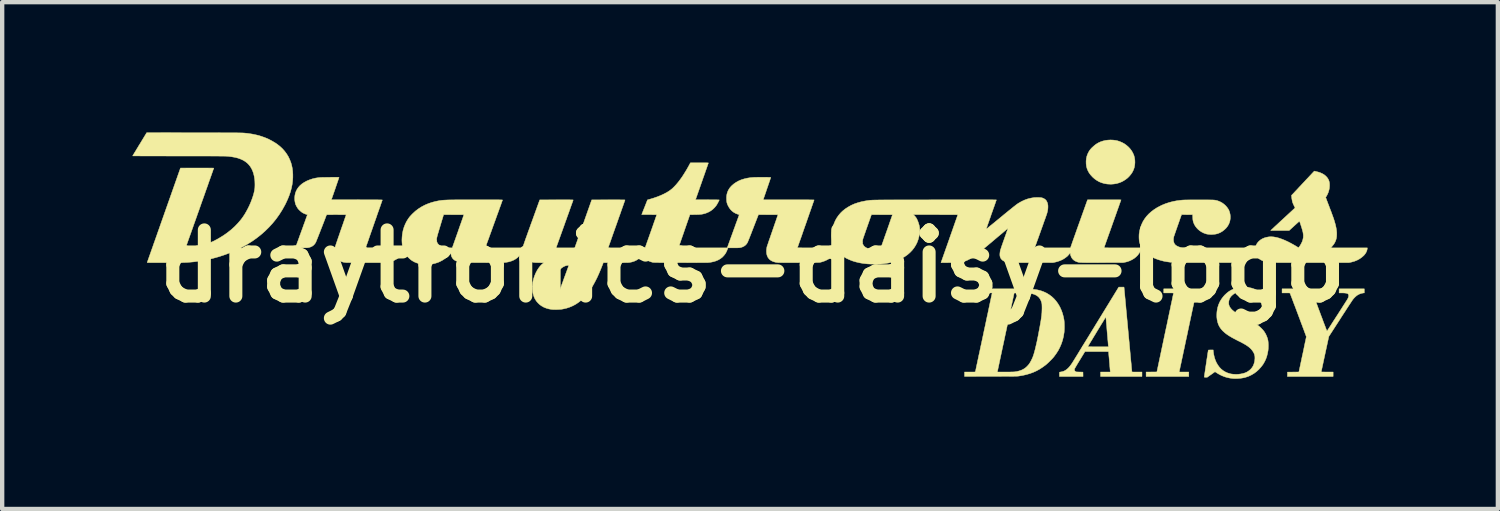
<source format=kicad_pcb>
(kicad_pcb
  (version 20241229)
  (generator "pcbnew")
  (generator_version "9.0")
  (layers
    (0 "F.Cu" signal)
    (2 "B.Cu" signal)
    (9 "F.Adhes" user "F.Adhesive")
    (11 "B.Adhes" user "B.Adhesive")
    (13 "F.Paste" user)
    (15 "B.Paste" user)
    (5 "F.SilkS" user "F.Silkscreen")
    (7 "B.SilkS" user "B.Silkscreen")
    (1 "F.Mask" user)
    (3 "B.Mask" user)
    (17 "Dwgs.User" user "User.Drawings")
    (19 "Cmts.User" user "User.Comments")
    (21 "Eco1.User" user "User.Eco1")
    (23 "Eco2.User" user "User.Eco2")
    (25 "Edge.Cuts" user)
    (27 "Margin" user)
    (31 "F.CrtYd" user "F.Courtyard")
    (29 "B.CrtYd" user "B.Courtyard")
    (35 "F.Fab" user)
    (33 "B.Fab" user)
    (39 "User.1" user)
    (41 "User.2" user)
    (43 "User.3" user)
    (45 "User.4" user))
  (footprint "draytronics-daisy-logo"
    (layer "F.Cu")
    (at 14.283 3.079)
    (property "Reference" "draytronics-daisy-logo" (at 0 0 0) (layer "F.SilkS") (effects (font (size 1.524 1.524) (thickness 0.3))))
    (attr through_hole)
    (fp_poly (pts (xy 8.306 -2.903) (xy 8.366 -2.895) (xy 8.395 -2.889) (xy 8.451 -2.871) (xy 8.506 -2.848) (xy 8.558 -2.82) (xy 8.606 -2.786) (xy 8.65 -2.748) (xy 8.69 -2.706) (xy 8.725 -2.66) (xy 8.753 -2.612) (xy 8.776 -2.561) (xy 8.781 -2.548) (xy 8.794 -2.498) (xy 8.802 -2.444) (xy 8.804 -2.389) (xy 8.8 -2.334) (xy 8.791 -2.281) (xy 8.788 -2.268) (xy 8.77 -2.217) (xy 8.746 -2.167) (xy 8.715 -2.12) (xy 8.679 -2.076) (xy 8.638 -2.034) (xy 8.591 -1.997) (xy 8.541 -1.965) (xy 8.5 -1.943) (xy 8.443 -1.92) (xy 8.382 -1.902) (xy 8.319 -1.892) (xy 8.254 -1.887) (xy 8.187 -1.89) (xy 8.161 -1.892) (xy 8.097 -1.903) (xy 8.036 -1.921) (xy 7.979 -1.944) (xy 7.925 -1.975) (xy 7.874 -2.011) (xy 7.825 -2.055) (xy 7.825 -2.056) (xy 7.783 -2.101) (xy 7.749 -2.147) (xy 7.722 -2.196) (xy 7.701 -2.247) (xy 7.687 -2.3) (xy 7.68 -2.356) (xy 7.679 -2.415) (xy 7.679 -2.421) (xy 7.685 -2.479) (xy 7.697 -2.533) (xy 7.716 -2.585) (xy 7.742 -2.636) (xy 7.758 -2.662) (xy 7.779 -2.69) (xy 7.806 -2.72) (xy 7.837 -2.749) (xy 7.87 -2.778) (xy 7.904 -2.805) (xy 7.939 -2.827) (xy 7.957 -2.838) (xy 8.009 -2.862) (xy 8.064 -2.881) (xy 8.122 -2.895) (xy 8.183 -2.903) (xy 8.244 -2.906) (xy 8.306 -2.903)) (stroke (width 0.01) (type solid)) (fill yes) (layer "F.SilkS"))
    (fp_poly (pts (xy 10.45 0.617) (xy 10.331 0.617) (xy 10.298 0.617) (xy 10.272 0.617) (xy 10.252 0.617) (xy 10.236 0.618) (xy 10.225 0.618) (xy 10.218 0.619) (xy 10.213 0.62) (xy 10.211 0.621) (xy 10.21 0.623) (xy 10.209 0.623) (xy 10.208 0.627) (xy 10.206 0.638) (xy 10.202 0.655) (xy 10.197 0.679) (xy 10.191 0.708) (xy 10.184 0.744) (xy 10.175 0.784) (xy 10.165 0.829) (xy 10.155 0.879) (xy 10.143 0.933) (xy 10.13 0.992) (xy 10.117 1.054) (xy 10.103 1.12) (xy 10.088 1.189) (xy 10.073 1.26) (xy 10.057 1.335) (xy 10.041 1.411) (xy 10.024 1.49) (xy 10.017 1.526) (xy 10 1.605) (xy 9.983 1.683) (xy 9.967 1.758) (xy 9.952 1.831) (xy 9.937 1.901) (xy 9.922 1.969) (xy 9.909 2.033) (xy 9.896 2.093) (xy 9.884 2.149) (xy 9.873 2.201) (xy 9.863 2.249) (xy 9.853 2.292) (xy 9.845 2.329) (xy 9.839 2.361) (xy 9.833 2.388) (xy 9.829 2.408) (xy 9.826 2.422) (xy 9.824 2.429) (xy 9.824 2.43) (xy 9.822 2.438) (xy 10.044 2.438) (xy 10.044 2.54) (xy 9.061 2.54) (xy 9.061 2.438) (xy 9.309 2.437) (xy 9.5 1.533) (xy 9.517 1.453) (xy 9.534 1.376) (xy 9.55 1.3) (xy 9.565 1.227) (xy 9.58 1.156) (xy 9.594 1.089) (xy 9.608 1.024) (xy 9.621 0.964) (xy 9.632 0.907) (xy 9.643 0.855) (xy 9.654 0.807) (xy 9.663 0.764) (xy 9.67 0.726) (xy 9.677 0.694) (xy 9.683 0.667) (xy 9.687 0.646) (xy 9.69 0.632) (xy 9.692 0.624) (xy 9.692 0.623) (xy 9.691 0.621) (xy 9.69 0.62) (xy 9.686 0.619) (xy 9.679 0.618) (xy 9.669 0.618) (xy 9.655 0.617) (xy 9.635 0.617) (xy 9.61 0.617) (xy 9.579 0.617) (xy 9.467 0.617) (xy 9.467 0.523) (xy 10.45 0.523) (xy 10.45 0.617)) (stroke (width 0.01) (type solid)) (fill yes) (layer "F.SilkS"))
    (fp_poly (pts (xy 13.15 0.617) (xy 13.023 0.617) (xy 12.993 0.617) (xy 12.966 0.617) (xy 12.942 0.618) (xy 12.923 0.618) (xy 12.908 0.619) (xy 12.899 0.619) (xy 12.897 0.62) (xy 12.898 0.624) (xy 12.902 0.634) (xy 12.908 0.65) (xy 12.916 0.672) (xy 12.926 0.698) (xy 12.938 0.73) (xy 12.951 0.766) (xy 12.966 0.806) (xy 12.982 0.85) (xy 13 0.896) (xy 13.018 0.946) (xy 13.037 0.998) (xy 13.057 1.051) (xy 13.061 1.061) (xy 13.085 1.127) (xy 13.108 1.186) (xy 13.128 1.24) (xy 13.145 1.287) (xy 13.161 1.329) (xy 13.175 1.365) (xy 13.187 1.396) (xy 13.197 1.422) (xy 13.205 1.444) (xy 13.212 1.461) (xy 13.218 1.475) (xy 13.222 1.484) (xy 13.225 1.491) (xy 13.227 1.494) (xy 13.228 1.494) (xy 13.231 1.491) (xy 13.237 1.481) (xy 13.246 1.467) (xy 13.258 1.448) (xy 13.274 1.425) (xy 13.291 1.398) (xy 13.311 1.367) (xy 13.332 1.334) (xy 13.355 1.298) (xy 13.379 1.26) (xy 13.405 1.221) (xy 13.43 1.181) (xy 13.457 1.14) (xy 13.483 1.1) (xy 13.509 1.059) (xy 13.534 1.02) (xy 13.559 0.981) (xy 13.582 0.945) (xy 13.604 0.91) (xy 13.624 0.879) (xy 13.643 0.85) (xy 13.658 0.825) (xy 13.672 0.805) (xy 13.682 0.788) (xy 13.689 0.777) (xy 13.692 0.773) (xy 13.707 0.746) (xy 13.718 0.721) (xy 13.724 0.698) (xy 13.726 0.679) (xy 13.726 0.677) (xy 13.723 0.661) (xy 13.718 0.649) (xy 13.708 0.638) (xy 13.695 0.63) (xy 13.676 0.625) (xy 13.653 0.621) (xy 13.624 0.618) (xy 13.588 0.617) (xy 13.574 0.617) (xy 13.506 0.617) (xy 13.506 0.523) (xy 14.086 0.523) (xy 14.086 0.616) (xy 14.063 0.618) (xy 14.019 0.627) (xy 13.975 0.642) (xy 13.933 0.664) (xy 13.924 0.67) (xy 13.905 0.684) (xy 13.883 0.703) (xy 13.861 0.724) (xy 13.84 0.747) (xy 13.822 0.769) (xy 13.819 0.773) (xy 13.814 0.78) (xy 13.806 0.792) (xy 13.794 0.81) (xy 13.779 0.833) (xy 13.761 0.86) (xy 13.74 0.892) (xy 13.717 0.927) (xy 13.692 0.965) (xy 13.665 1.007) (xy 13.637 1.051) (xy 13.606 1.098) (xy 13.575 1.146) (xy 13.543 1.195) (xy 13.533 1.212) (xy 13.269 1.62) (xy 13.181 2.028) (xy 13.093 2.437) (xy 13.231 2.438) (xy 13.368 2.438) (xy 13.368 2.54) (xy 12.315 2.54) (xy 12.316 2.49) (xy 12.317 2.44) (xy 12.449 2.439) (xy 12.479 2.439) (xy 12.506 2.439) (xy 12.531 2.438) (xy 12.551 2.438) (xy 12.567 2.437) (xy 12.577 2.437) (xy 12.58 2.436) (xy 12.581 2.433) (xy 12.583 2.422) (xy 12.587 2.406) (xy 12.591 2.383) (xy 12.597 2.356) (xy 12.604 2.323) (xy 12.612 2.286) (xy 12.62 2.246) (xy 12.63 2.201) (xy 12.64 2.154) (xy 12.65 2.104) (xy 12.661 2.052) (xy 12.666 2.033) (xy 12.677 1.98) (xy 12.688 1.929) (xy 12.698 1.88) (xy 12.707 1.834) (xy 12.716 1.792) (xy 12.724 1.753) (xy 12.732 1.719) (xy 12.738 1.689) (xy 12.743 1.664) (xy 12.747 1.645) (xy 12.749 1.632) (xy 12.751 1.625) (xy 12.751 1.625) (xy 12.75 1.621) (xy 12.746 1.611) (xy 12.74 1.595) (xy 12.732 1.573) (xy 12.722 1.547) (xy 12.711 1.516) (xy 12.698 1.481) (xy 12.684 1.443) (xy 12.668 1.401) (xy 12.652 1.357) (xy 12.634 1.311) (xy 12.616 1.262) (xy 12.598 1.213) (xy 12.579 1.163) (xy 12.56 1.112) (xy 12.541 1.061) (xy 12.522 1.011) (xy 12.504 0.962) (xy 12.486 0.915) (xy 12.468 0.869) (xy 12.452 0.826) (xy 12.437 0.786) (xy 12.423 0.748) (xy 12.41 0.715) (xy 12.399 0.686) (xy 12.39 0.662) (xy 12.383 0.642) (xy 12.377 0.628) (xy 12.375 0.623) (xy 12.374 0.621) (xy 12.371 0.62) (xy 12.366 0.619) (xy 12.358 0.618) (xy 12.346 0.617) (xy 12.329 0.617) (xy 12.307 0.617) (xy 12.282 0.617) (xy 12.192 0.617) (xy 12.192 0.523) (xy 13.15 0.523) (xy 13.15 0.617)) (stroke (width 0.01) (type solid)) (fill yes) (layer "F.SilkS"))
    (fp_poly (pts (xy 8.554 0.5) (xy 8.555 0.505) (xy 8.556 0.517) (xy 8.557 0.535) (xy 8.56 0.56) (xy 8.563 0.59) (xy 8.566 0.625) (xy 8.57 0.666) (xy 8.574 0.711) (xy 8.579 0.76) (xy 8.584 0.814) (xy 8.589 0.871) (xy 8.595 0.931) (xy 8.6 0.994) (xy 8.607 1.059) (xy 8.613 1.126) (xy 8.619 1.196) (xy 8.626 1.266) (xy 8.633 1.338) (xy 8.639 1.41) (xy 8.646 1.482) (xy 8.653 1.555) (xy 8.659 1.627) (xy 8.666 1.698) (xy 8.673 1.768) (xy 8.679 1.836) (xy 8.685 1.903) (xy 8.691 1.967) (xy 8.697 2.029) (xy 8.702 2.088) (xy 8.707 2.143) (xy 8.712 2.195) (xy 8.717 2.242) (xy 8.721 2.286) (xy 8.724 2.324) (xy 8.727 2.357) (xy 8.73 2.385) (xy 8.732 2.407) (xy 8.733 2.422) (xy 8.734 2.431) (xy 8.734 2.433) (xy 8.735 2.435) (xy 8.738 2.436) (xy 8.745 2.437) (xy 8.755 2.437) (xy 8.769 2.438) (xy 8.789 2.438) (xy 8.814 2.438) (xy 8.846 2.438) (xy 8.85 2.438) (xy 8.966 2.438) (xy 8.966 2.54) (xy 8.012 2.54) (xy 8.012 2.438) (xy 8.237 2.438) (xy 8.235 2.421) (xy 8.234 2.414) (xy 8.233 2.401) (xy 8.231 2.382) (xy 8.229 2.359) (xy 8.227 2.332) (xy 8.224 2.302) (xy 8.222 2.269) (xy 8.219 2.235) (xy 8.216 2.2) (xy 8.213 2.165) (xy 8.21 2.13) (xy 8.207 2.097) (xy 8.204 2.067) (xy 8.202 2.039) (xy 8.2 2.015) (xy 8.199 1.996) (xy 8.198 1.982) (xy 8.197 1.974) (xy 8.197 1.973) (xy 8.197 1.972) (xy 8.195 1.971) (xy 8.193 1.97) (xy 8.188 1.969) (xy 8.181 1.969) (xy 8.171 1.968) (xy 8.157 1.968) (xy 8.14 1.967) (xy 8.119 1.967) (xy 8.092 1.967) (xy 8.061 1.967) (xy 8.023 1.967) (xy 7.98 1.967) (xy 7.929 1.967) (xy 7.653 1.967) (xy 7.537 2.157) (xy 7.516 2.191) (xy 7.496 2.224) (xy 7.477 2.255) (xy 7.461 2.283) (xy 7.446 2.308) (xy 7.434 2.329) (xy 7.424 2.346) (xy 7.417 2.358) (xy 7.414 2.364) (xy 7.414 2.364) (xy 7.411 2.384) (xy 7.414 2.402) (xy 7.424 2.418) (xy 7.44 2.43) (xy 7.445 2.432) (xy 7.452 2.434) (xy 7.461 2.436) (xy 7.475 2.437) (xy 7.493 2.437) (xy 7.518 2.438) (xy 7.529 2.438) (xy 7.607 2.44) (xy 7.608 2.49) (xy 7.609 2.54) (xy 7.065 2.54) (xy 7.065 2.491) (xy 7.065 2.471) (xy 7.065 2.458) (xy 7.066 2.449) (xy 7.067 2.444) (xy 7.069 2.442) (xy 7.072 2.441) (xy 7.073 2.441) (xy 7.081 2.439) (xy 7.093 2.437) (xy 7.106 2.435) (xy 7.141 2.427) (xy 7.174 2.415) (xy 7.206 2.397) (xy 7.237 2.375) (xy 7.267 2.348) (xy 7.298 2.314) (xy 7.329 2.274) (xy 7.361 2.228) (xy 7.37 2.213) (xy 7.374 2.207) (xy 7.382 2.194) (xy 7.393 2.176) (xy 7.408 2.152) (xy 7.426 2.123) (xy 7.446 2.09) (xy 7.47 2.052) (xy 7.496 2.009) (xy 7.524 1.963) (xy 7.555 1.912) (xy 7.588 1.858) (xy 7.591 1.854) (xy 7.719 1.854) (xy 7.722 1.855) (xy 7.732 1.856) (xy 7.75 1.856) (xy 7.775 1.857) (xy 7.807 1.857) (xy 7.845 1.858) (xy 7.891 1.858) (xy 7.944 1.858) (xy 7.956 1.858) (xy 8.194 1.858) (xy 8.192 1.841) (xy 8.191 1.834) (xy 8.19 1.822) (xy 8.188 1.803) (xy 8.186 1.778) (xy 8.184 1.749) (xy 8.181 1.715) (xy 8.177 1.677) (xy 8.174 1.635) (xy 8.17 1.591) (xy 8.166 1.544) (xy 8.162 1.499) (xy 8.158 1.451) (xy 8.155 1.405) (xy 8.151 1.362) (xy 8.147 1.321) (xy 8.144 1.285) (xy 8.142 1.252) (xy 8.139 1.224) (xy 8.137 1.202) (xy 8.136 1.185) (xy 8.135 1.174) (xy 8.134 1.17) (xy 8.132 1.172) (xy 8.127 1.181) (xy 8.118 1.194) (xy 8.107 1.213) (xy 8.093 1.235) (xy 8.077 1.262) (xy 8.059 1.292) (xy 8.039 1.324) (xy 8.017 1.359) (xy 7.995 1.396) (xy 7.971 1.435) (xy 7.947 1.474) (xy 7.923 1.514) (xy 7.899 1.554) (xy 7.875 1.593) (xy 7.852 1.631) (xy 7.83 1.668) (xy 7.809 1.703) (xy 7.789 1.735) (xy 7.771 1.765) (xy 7.756 1.791) (xy 7.742 1.813) (xy 7.732 1.831) (xy 7.724 1.844) (xy 7.72 1.852) (xy 7.719 1.854) (xy 7.591 1.854) (xy 7.623 1.801) (xy 7.66 1.741) (xy 7.699 1.678) (xy 7.739 1.613) (xy 7.78 1.546) (xy 7.822 1.477) (xy 7.866 1.406) (xy 7.91 1.333) (xy 7.914 1.327) (xy 8.431 0.483) (xy 8.491 0.483) (xy 8.552 0.483) (xy 8.554 0.5)) (stroke (width 0.01) (type solid)) (fill yes) (layer "F.SilkS"))
    (fp_poly (pts (xy 5.792 0.523) (xy 5.874 0.523) (xy 5.949 0.523) (xy 6.017 0.523) (xy 6.079 0.523) (xy 6.135 0.523) (xy 6.187 0.524) (xy 6.233 0.524) (xy 6.274 0.525) (xy 6.312 0.526) (xy 6.345 0.526) (xy 6.375 0.527) (xy 6.402 0.529) (xy 6.427 0.53) (xy 6.449 0.532) (xy 6.469 0.534) (xy 6.488 0.536) (xy 6.505 0.538) (xy 6.522 0.541) (xy 6.538 0.543) (xy 6.555 0.546) (xy 6.564 0.548) (xy 6.636 0.566) (xy 6.704 0.591) (xy 6.769 0.621) (xy 6.829 0.658) (xy 6.886 0.7) (xy 6.938 0.748) (xy 6.986 0.802) (xy 7.029 0.861) (xy 7.068 0.926) (xy 7.083 0.956) (xy 7.114 1.026) (xy 7.139 1.098) (xy 7.158 1.172) (xy 7.171 1.238) (xy 7.174 1.266) (xy 7.177 1.299) (xy 7.178 1.337) (xy 7.179 1.376) (xy 7.179 1.416) (xy 7.178 1.455) (xy 7.176 1.491) (xy 7.174 1.523) (xy 7.172 1.533) (xy 7.158 1.622) (xy 7.137 1.706) (xy 7.11 1.787) (xy 7.077 1.865) (xy 7.038 1.941) (xy 6.991 2.014) (xy 6.938 2.086) (xy 6.935 2.09) (xy 6.918 2.11) (xy 6.897 2.133) (xy 6.873 2.158) (xy 6.847 2.184) (xy 6.821 2.21) (xy 6.795 2.234) (xy 6.772 2.255) (xy 6.751 2.273) (xy 6.751 2.273) (xy 6.682 2.324) (xy 6.612 2.37) (xy 6.54 2.41) (xy 6.465 2.444) (xy 6.387 2.473) (xy 6.304 2.497) (xy 6.217 2.517) (xy 6.125 2.532) (xy 6.125 2.532) (xy 6.119 2.532) (xy 6.111 2.533) (xy 6.103 2.534) (xy 6.093 2.534) (xy 6.082 2.535) (xy 6.068 2.535) (xy 6.052 2.536) (xy 6.033 2.536) (xy 6.011 2.537) (xy 5.985 2.537) (xy 5.955 2.537) (xy 5.922 2.537) (xy 5.883 2.538) (xy 5.84 2.538) (xy 5.791 2.538) (xy 5.737 2.538) (xy 5.677 2.539) (xy 5.61 2.539) (xy 5.537 2.539) (xy 5.48 2.539) (xy 4.88 2.54) (xy 4.88 2.438) (xy 5.004 2.438) (xy 5.634 2.438) (xy 5.813 2.438) (xy 5.851 2.438) (xy 5.888 2.438) (xy 5.922 2.438) (xy 5.953 2.437) (xy 5.98 2.437) (xy 6.002 2.436) (xy 6.018 2.435) (xy 6.026 2.435) (xy 6.087 2.426) (xy 6.142 2.412) (xy 6.193 2.394) (xy 6.239 2.371) (xy 6.281 2.343) (xy 6.319 2.309) (xy 6.355 2.27) (xy 6.387 2.224) (xy 6.416 2.172) (xy 6.444 2.113) (xy 6.449 2.101) (xy 6.461 2.069) (xy 6.474 2.03) (xy 6.487 1.985) (xy 6.501 1.934) (xy 6.515 1.877) (xy 6.53 1.813) (xy 6.546 1.743) (xy 6.562 1.665) (xy 6.579 1.581) (xy 6.596 1.489) (xy 6.6 1.47) (xy 6.612 1.406) (xy 6.622 1.349) (xy 6.631 1.298) (xy 6.639 1.252) (xy 6.645 1.21) (xy 6.65 1.172) (xy 6.655 1.136) (xy 6.658 1.104) (xy 6.661 1.072) (xy 6.662 1.042) (xy 6.663 1.012) (xy 6.664 0.981) (xy 6.664 0.967) (xy 6.664 0.938) (xy 6.663 0.915) (xy 6.663 0.898) (xy 6.662 0.884) (xy 6.661 0.872) (xy 6.66 0.862) (xy 6.658 0.853) (xy 6.655 0.842) (xy 6.654 0.837) (xy 6.639 0.794) (xy 6.62 0.757) (xy 6.597 0.724) (xy 6.569 0.697) (xy 6.535 0.673) (xy 6.496 0.654) (xy 6.451 0.639) (xy 6.417 0.631) (xy 6.398 0.628) (xy 6.379 0.625) (xy 6.358 0.622) (xy 6.335 0.62) (xy 6.309 0.619) (xy 6.279 0.618) (xy 6.244 0.617) (xy 6.203 0.617) (xy 6.165 0.617) (xy 6.129 0.617) (xy 6.1 0.617) (xy 6.076 0.617) (xy 6.058 0.617) (xy 6.045 0.618) (xy 6.035 0.618) (xy 6.029 0.619) (xy 6.025 0.62) (xy 6.023 0.622) (xy 6.022 0.623) (xy 6.021 0.627) (xy 6.019 0.638) (xy 6.015 0.655) (xy 6.01 0.679) (xy 6.004 0.708) (xy 5.996 0.744) (xy 5.988 0.784) (xy 5.978 0.829) (xy 5.967 0.879) (xy 5.956 0.933) (xy 5.943 0.992) (xy 5.93 1.054) (xy 5.916 1.12) (xy 5.901 1.189) (xy 5.886 1.26) (xy 5.87 1.335) (xy 5.854 1.411) (xy 5.837 1.49) (xy 5.829 1.526) (xy 5.812 1.605) (xy 5.796 1.683) (xy 5.78 1.758) (xy 5.764 1.831) (xy 5.749 1.901) (xy 5.735 1.969) (xy 5.721 2.033) (xy 5.708 2.093) (xy 5.696 2.149) (xy 5.685 2.201) (xy 5.675 2.249) (xy 5.666 2.292) (xy 5.658 2.329) (xy 5.651 2.361) (xy 5.646 2.388) (xy 5.641 2.408) (xy 5.638 2.422) (xy 5.637 2.429) (xy 5.636 2.43) (xy 5.634 2.438) (xy 5.004 2.438) (xy 5.037 2.438) (xy 5.064 2.438) (xy 5.084 2.438) (xy 5.1 2.438) (xy 5.112 2.437) (xy 5.119 2.436) (xy 5.124 2.436) (xy 5.127 2.434) (xy 5.128 2.433) (xy 5.129 2.432) (xy 5.129 2.428) (xy 5.132 2.417) (xy 5.136 2.4) (xy 5.141 2.376) (xy 5.147 2.347) (xy 5.154 2.312) (xy 5.163 2.271) (xy 5.173 2.226) (xy 5.183 2.176) (xy 5.195 2.122) (xy 5.207 2.063) (xy 5.221 2.001) (xy 5.235 1.935) (xy 5.249 1.867) (xy 5.265 1.795) (xy 5.281 1.72) (xy 5.297 1.644) (xy 5.314 1.565) (xy 5.321 1.53) (xy 5.338 1.45) (xy 5.355 1.373) (xy 5.371 1.297) (xy 5.386 1.224) (xy 5.401 1.154) (xy 5.416 1.087) (xy 5.429 1.023) (xy 5.442 0.963) (xy 5.454 0.906) (xy 5.465 0.854) (xy 5.475 0.807) (xy 5.484 0.764) (xy 5.492 0.726) (xy 5.499 0.694) (xy 5.505 0.668) (xy 5.509 0.648) (xy 5.512 0.634) (xy 5.514 0.626) (xy 5.514 0.625) (xy 5.516 0.617) (xy 5.29 0.617) (xy 5.29 0.523) (xy 5.792 0.523)) (stroke (width 0.01) (type solid)) (fill yes) (layer "F.SilkS"))
    (fp_poly (pts (xy -12.856 -3.072) (xy -12.749 -3.072) (xy -12.65 -3.072) (xy -12.557 -3.072) (xy -12.471 -3.072) (xy -12.39 -3.072) (xy -12.316 -3.072) (xy -12.247 -3.071) (xy -12.184 -3.071) (xy -12.126 -3.071) (xy -12.073 -3.071) (xy -12.025 -3.071) (xy -11.981 -3.07) (xy -11.941 -3.07) (xy -11.904 -3.07) (xy -11.872 -3.07) (xy -11.843 -3.069) (xy -11.816 -3.069) (xy -11.793 -3.068) (xy -11.772 -3.068) (xy -11.753 -3.067) (xy -11.737 -3.067) (xy -11.722 -3.066) (xy -11.708 -3.065) (xy -11.696 -3.064) (xy -11.685 -3.063) (xy -11.674 -3.062) (xy -11.664 -3.061) (xy -11.654 -3.06) (xy -11.644 -3.059) (xy -11.634 -3.058) (xy -11.626 -3.057) (xy -11.522 -3.041) (xy -11.423 -3.02) (xy -11.329 -2.994) (xy -11.239 -2.963) (xy -11.153 -2.927) (xy -11.071 -2.884) (xy -10.992 -2.837) (xy -10.951 -2.809) (xy -10.888 -2.76) (xy -10.831 -2.707) (xy -10.779 -2.649) (xy -10.733 -2.587) (xy -10.693 -2.522) (xy -10.66 -2.452) (xy -10.632 -2.38) (xy -10.616 -2.322) (xy -10.602 -2.256) (xy -10.593 -2.186) (xy -10.589 -2.113) (xy -10.589 -2.039) (xy -10.594 -1.964) (xy -10.603 -1.891) (xy -10.603 -1.89) (xy -10.62 -1.804) (xy -10.643 -1.716) (xy -10.673 -1.628) (xy -10.709 -1.539) (xy -10.751 -1.448) (xy -10.773 -1.405) (xy -10.835 -1.294) (xy -10.903 -1.187) (xy -10.976 -1.085) (xy -11.056 -0.987) (xy -11.141 -0.894) (xy -11.231 -0.806) (xy -11.327 -0.722) (xy -11.429 -0.642) (xy -11.536 -0.567) (xy -11.649 -0.497) (xy -11.768 -0.431) (xy -11.871 -0.38) (xy -12.008 -0.319) (xy -12.148 -0.265) (xy -12.29 -0.218) (xy -12.434 -0.178) (xy -12.581 -0.144) (xy -12.729 -0.118) (xy -12.88 -0.098) (xy -12.936 -0.093) (xy -12.959 -0.091) (xy -12.981 -0.089) (xy -13.003 -0.087) (xy -13.026 -0.086) (xy -13.051 -0.085) (xy -13.076 -0.084) (xy -13.104 -0.083) (xy -13.135 -0.082) (xy -13.169 -0.082) (xy -13.207 -0.081) (xy -13.248 -0.081) (xy -13.295 -0.08) (xy -13.346 -0.08) (xy -13.404 -0.08) (xy -13.467 -0.08) (xy -13.538 -0.08) (xy -13.604 -0.08) (xy -13.66 -0.08) (xy -13.709 -0.08) (xy -13.753 -0.08) (xy -13.791 -0.08) (xy -13.823 -0.08) (xy -13.851 -0.08) (xy -13.874 -0.081) (xy -13.893 -0.081) (xy -13.908 -0.081) (xy -13.92 -0.082) (xy -13.929 -0.082) (xy -13.935 -0.083) (xy -13.939 -0.083) (xy -13.942 -0.084) (xy -13.943 -0.085) (xy -13.943 -0.086) (xy -13.943 -0.086) (xy -13.942 -0.09) (xy -13.938 -0.101) (xy -13.932 -0.117) (xy -13.924 -0.14) (xy -13.914 -0.169) (xy -13.902 -0.203) (xy -13.888 -0.243) (xy -13.872 -0.287) (xy -13.855 -0.336) (xy -13.836 -0.39) (xy -13.815 -0.448) (xy -13.794 -0.51) (xy -13.77 -0.576) (xy -13.746 -0.645) (xy -13.72 -0.718) (xy -13.694 -0.793) (xy -13.666 -0.871) (xy -13.638 -0.952) (xy -13.609 -1.034) (xy -13.579 -1.119) (xy -13.559 -1.176) (xy -13.177 -2.259) (xy -12.793 -2.26) (xy -12.741 -2.26) (xy -12.691 -2.26) (xy -12.644 -2.26) (xy -12.599 -2.26) (xy -12.558 -2.26) (xy -12.521 -2.259) (xy -12.489 -2.259) (xy -12.461 -2.259) (xy -12.439 -2.259) (xy -12.423 -2.258) (xy -12.413 -2.258) (xy -12.41 -2.258) (xy -12.411 -2.254) (xy -12.414 -2.244) (xy -12.42 -2.228) (xy -12.428 -2.206) (xy -12.437 -2.178) (xy -12.449 -2.146) (xy -12.462 -2.108) (xy -12.477 -2.066) (xy -12.493 -2.021) (xy -12.511 -1.971) (xy -12.53 -1.918) (xy -12.549 -1.861) (xy -12.57 -1.803) (xy -12.592 -1.741) (xy -12.614 -1.678) (xy -12.637 -1.613) (xy -12.661 -1.546) (xy -12.685 -1.479) (xy -12.709 -1.411) (xy -12.733 -1.342) (xy -12.757 -1.273) (xy -12.782 -1.205) (xy -12.805 -1.138) (xy -12.829 -1.071) (xy -12.852 -1.006) (xy -12.875 -0.943) (xy -12.896 -0.881) (xy -12.917 -0.823) (xy -12.937 -0.766) (xy -12.956 -0.713) (xy -12.974 -0.663) (xy -12.99 -0.618) (xy -13.005 -0.576) (xy -13.018 -0.538) (xy -13.03 -0.506) (xy -13.039 -0.478) (xy -13.047 -0.456) (xy -13.053 -0.44) (xy -13.057 -0.43) (xy -13.058 -0.427) (xy -13.058 -0.424) (xy -13.058 -0.422) (xy -13.054 -0.421) (xy -13.047 -0.421) (xy -13.035 -0.421) (xy -13.018 -0.422) (xy -13.005 -0.422) (xy -12.906 -0.43) (xy -12.809 -0.444) (xy -12.712 -0.466) (xy -12.615 -0.494) (xy -12.519 -0.53) (xy -12.422 -0.572) (xy -12.326 -0.622) (xy -12.283 -0.647) (xy -12.184 -0.708) (xy -12.092 -0.773) (xy -12.005 -0.842) (xy -11.925 -0.915) (xy -11.852 -0.991) (xy -11.784 -1.071) (xy -11.78 -1.076) (xy -11.739 -1.132) (xy -11.699 -1.192) (xy -11.661 -1.257) (xy -11.625 -1.324) (xy -11.591 -1.393) (xy -11.56 -1.464) (xy -11.533 -1.534) (xy -11.509 -1.603) (xy -11.489 -1.67) (xy -11.474 -1.735) (xy -11.466 -1.785) (xy -11.464 -1.805) (xy -11.463 -1.831) (xy -11.462 -1.86) (xy -11.462 -1.892) (xy -11.463 -1.924) (xy -11.464 -1.955) (xy -11.466 -1.983) (xy -11.468 -2.001) (xy -11.479 -2.07) (xy -11.494 -2.133) (xy -11.514 -2.191) (xy -11.539 -2.245) (xy -11.568 -2.293) (xy -11.603 -2.337) (xy -11.642 -2.376) (xy -11.687 -2.411) (xy -11.737 -2.441) (xy -11.792 -2.466) (xy -11.853 -2.488) (xy -11.92 -2.505) (xy -11.992 -2.518) (xy -12.071 -2.528) (xy -12.137 -2.533) (xy -12.15 -2.533) (xy -12.169 -2.533) (xy -12.196 -2.534) (xy -12.229 -2.534) (xy -12.27 -2.534) (xy -12.318 -2.535) (xy -12.372 -2.535) (xy -12.434 -2.535) (xy -12.502 -2.536) (xy -12.577 -2.536) (xy -12.658 -2.536) (xy -12.747 -2.536) (xy -12.841 -2.536) (xy -12.943 -2.536) (xy -13.05 -2.536) (xy -13.164 -2.536) (xy -13.245 -2.536) (xy -13.331 -2.536) (xy -13.415 -2.536) (xy -13.497 -2.536) (xy -13.577 -2.537) (xy -13.654 -2.537) (xy -13.727 -2.537) (xy -13.798 -2.537) (xy -13.864 -2.537) (xy -13.927 -2.537) (xy -13.986 -2.537) (xy -14.04 -2.537) (xy -14.089 -2.537) (xy -14.134 -2.538) (xy -14.173 -2.538) (xy -14.206 -2.538) (xy -14.233 -2.538) (xy -14.255 -2.538) (xy -14.269 -2.538) (xy -14.277 -2.539) (xy -14.278 -2.539) (xy -14.277 -2.542) (xy -14.271 -2.551) (xy -14.263 -2.566) (xy -14.251 -2.585) (xy -14.237 -2.609) (xy -14.22 -2.636) (xy -14.201 -2.667) (xy -14.181 -2.701) (xy -14.158 -2.738) (xy -14.135 -2.777) (xy -14.116 -2.807) (xy -13.954 -3.074) (xy -12.856 -3.072)) (stroke (width 0.01) (type solid)) (fill yes) (layer "F.SilkS"))
    (fp_poly (pts (xy 11.36 0.484) (xy 11.426 0.492) (xy 11.491 0.506) (xy 11.554 0.527) (xy 11.616 0.555) (xy 11.678 0.59) (xy 11.699 0.603) (xy 11.719 0.616) (xy 11.733 0.624) (xy 11.742 0.628) (xy 11.747 0.629) (xy 11.747 0.629) (xy 11.751 0.626) (xy 11.76 0.619) (xy 11.773 0.609) (xy 11.789 0.596) (xy 11.807 0.582) (xy 11.816 0.576) (xy 11.88 0.526) (xy 11.949 0.526) (xy 11.947 0.538) (xy 11.946 0.544) (xy 11.944 0.557) (xy 11.942 0.575) (xy 11.939 0.599) (xy 11.935 0.626) (xy 11.931 0.657) (xy 11.926 0.691) (xy 11.922 0.727) (xy 11.917 0.764) (xy 11.912 0.802) (xy 11.907 0.84) (xy 11.902 0.877) (xy 11.897 0.914) (xy 11.892 0.948) (xy 11.888 0.979) (xy 11.885 1.007) (xy 11.881 1.031) (xy 11.879 1.05) (xy 11.877 1.064) (xy 11.876 1.071) (xy 11.876 1.072) (xy 11.875 1.074) (xy 11.872 1.076) (xy 11.866 1.077) (xy 11.855 1.077) (xy 11.839 1.078) (xy 11.816 1.078) (xy 11.815 1.078) (xy 11.792 1.078) (xy 11.776 1.078) (xy 11.765 1.077) (xy 11.758 1.076) (xy 11.755 1.075) (xy 11.753 1.073) (xy 11.753 1.07) (xy 11.753 1.07) (xy 11.752 1.055) (xy 11.751 1.036) (xy 11.748 1.013) (xy 11.745 0.99) (xy 11.742 0.967) (xy 11.739 0.948) (xy 11.738 0.943) (xy 11.723 0.884) (xy 11.703 0.829) (xy 11.677 0.779) (xy 11.647 0.735) (xy 11.612 0.695) (xy 11.573 0.662) (xy 11.529 0.634) (xy 11.48 0.612) (xy 11.428 0.595) (xy 11.371 0.585) (xy 11.311 0.581) (xy 11.298 0.581) (xy 11.244 0.583) (xy 11.193 0.591) (xy 11.148 0.605) (xy 11.106 0.624) (xy 11.068 0.649) (xy 11.036 0.677) (xy 11.02 0.693) (xy 11.009 0.706) (xy 11 0.719) (xy 10.992 0.733) (xy 10.988 0.74) (xy 10.973 0.777) (xy 10.965 0.813) (xy 10.963 0.85) (xy 10.963 0.856) (xy 10.967 0.888) (xy 10.977 0.919) (xy 10.993 0.948) (xy 11.015 0.978) (xy 11.043 1.008) (xy 11.079 1.038) (xy 11.079 1.038) (xy 11.099 1.054) (xy 11.119 1.069) (xy 11.14 1.084) (xy 11.161 1.098) (xy 11.185 1.112) (xy 11.212 1.128) (xy 11.242 1.144) (xy 11.277 1.162) (xy 11.317 1.182) (xy 11.362 1.205) (xy 11.366 1.206) (xy 11.413 1.23) (xy 11.455 1.251) (xy 11.492 1.271) (xy 11.525 1.289) (xy 11.554 1.307) (xy 11.581 1.324) (xy 11.607 1.342) (xy 11.632 1.36) (xy 11.632 1.36) (xy 11.661 1.383) (xy 11.691 1.409) (xy 11.719 1.436) (xy 11.745 1.463) (xy 11.767 1.489) (xy 11.779 1.505) (xy 11.811 1.556) (xy 11.837 1.611) (xy 11.858 1.669) (xy 11.866 1.704) (xy 11.87 1.728) (xy 11.873 1.758) (xy 11.875 1.792) (xy 11.876 1.827) (xy 11.875 1.864) (xy 11.874 1.898) (xy 11.871 1.93) (xy 11.87 1.942) (xy 11.857 2.011) (xy 11.841 2.075) (xy 11.82 2.136) (xy 11.794 2.192) (xy 11.763 2.247) (xy 11.749 2.269) (xy 11.704 2.327) (xy 11.656 2.38) (xy 11.603 2.428) (xy 11.546 2.47) (xy 11.485 2.506) (xy 11.422 2.536) (xy 11.355 2.559) (xy 11.318 2.569) (xy 11.278 2.576) (xy 11.233 2.583) (xy 11.186 2.587) (xy 11.138 2.589) (xy 11.093 2.589) (xy 11.058 2.587) (xy 11.017 2.582) (xy 10.974 2.575) (xy 10.93 2.565) (xy 10.89 2.554) (xy 10.877 2.55) (xy 10.842 2.537) (xy 10.803 2.521) (xy 10.764 2.502) (xy 10.726 2.481) (xy 10.691 2.46) (xy 10.69 2.459) (xy 10.648 2.432) (xy 10.626 2.447) (xy 10.617 2.454) (xy 10.603 2.464) (xy 10.585 2.477) (xy 10.565 2.491) (xy 10.544 2.506) (xy 10.537 2.51) (xy 10.47 2.558) (xy 10.435 2.558) (xy 10.418 2.558) (xy 10.407 2.557) (xy 10.401 2.556) (xy 10.4 2.553) (xy 10.399 2.553) (xy 10.4 2.549) (xy 10.402 2.538) (xy 10.404 2.521) (xy 10.407 2.499) (xy 10.411 2.473) (xy 10.416 2.442) (xy 10.421 2.408) (xy 10.426 2.372) (xy 10.432 2.333) (xy 10.438 2.293) (xy 10.444 2.253) (xy 10.45 2.212) (xy 10.456 2.172) (xy 10.462 2.132) (xy 10.468 2.095) (xy 10.473 2.06) (xy 10.478 2.029) (xy 10.482 2.001) (xy 10.486 1.977) (xy 10.489 1.959) (xy 10.491 1.946) (xy 10.492 1.939) (xy 10.492 1.939) (xy 10.493 1.935) (xy 10.495 1.933) (xy 10.499 1.932) (xy 10.506 1.931) (xy 10.518 1.931) (xy 10.535 1.93) (xy 10.55 1.93) (xy 10.606 1.93) (xy 10.608 1.957) (xy 10.618 2.03) (xy 10.633 2.098) (xy 10.654 2.162) (xy 10.68 2.222) (xy 10.712 2.276) (xy 10.713 2.278) (xy 10.748 2.326) (xy 10.788 2.368) (xy 10.832 2.404) (xy 10.881 2.434) (xy 10.933 2.458) (xy 10.99 2.476) (xy 11.005 2.48) (xy 11.035 2.485) (xy 11.07 2.489) (xy 11.107 2.491) (xy 11.145 2.492) (xy 11.18 2.49) (xy 11.184 2.49) (xy 11.242 2.483) (xy 11.293 2.472) (xy 11.34 2.458) (xy 11.382 2.439) (xy 11.42 2.415) (xy 11.455 2.387) (xy 11.472 2.371) (xy 11.501 2.337) (xy 11.525 2.298) (xy 11.543 2.255) (xy 11.557 2.207) (xy 11.563 2.172) (xy 11.567 2.125) (xy 11.566 2.082) (xy 11.558 2.042) (xy 11.544 2.004) (xy 11.524 1.968) (xy 11.5 1.935) (xy 11.482 1.913) (xy 11.462 1.893) (xy 11.44 1.873) (xy 11.415 1.853) (xy 11.387 1.833) (xy 11.354 1.812) (xy 11.317 1.79) (xy 11.275 1.767) (xy 11.228 1.742) (xy 11.192 1.725) (xy 11.141 1.699) (xy 11.096 1.675) (xy 11.056 1.654) (xy 11.021 1.634) (xy 10.989 1.615) (xy 10.96 1.597) (xy 10.933 1.579) (xy 10.907 1.56) (xy 10.882 1.541) (xy 10.866 1.527) (xy 10.821 1.486) (xy 10.784 1.443) (xy 10.752 1.396) (xy 10.727 1.346) (xy 10.709 1.292) (xy 10.696 1.234) (xy 10.69 1.183) (xy 10.689 1.156) (xy 10.689 1.123) (xy 10.69 1.089) (xy 10.692 1.056) (xy 10.696 1.025) (xy 10.697 1.018) (xy 10.71 0.951) (xy 10.73 0.887) (xy 10.757 0.825) (xy 10.791 0.767) (xy 10.831 0.712) (xy 10.868 0.669) (xy 10.916 0.624) (xy 10.965 0.585) (xy 11.017 0.553) (xy 11.073 0.527) (xy 11.131 0.508) (xy 11.193 0.494) (xy 11.26 0.486) (xy 11.292 0.484) (xy 11.36 0.484)) (stroke (width 0.01) (type solid)) (fill yes) (layer "F.SilkS"))
    (fp_poly (pts (xy 12.977 -2.179) (xy 13.032 -2.165) (xy 13.081 -2.148) (xy 13.124 -2.128) (xy 13.161 -2.106) (xy 13.194 -2.079) (xy 13.202 -2.072) (xy 13.231 -2.04) (xy 13.254 -2.006) (xy 13.271 -1.968) (xy 13.279 -1.939) (xy 13.283 -1.92) (xy 13.285 -1.895) (xy 13.286 -1.867) (xy 13.285 -1.838) (xy 13.283 -1.81) (xy 13.28 -1.786) (xy 13.279 -1.78) (xy 13.269 -1.739) (xy 13.256 -1.697) (xy 13.239 -1.658) (xy 13.221 -1.622) (xy 13.208 -1.602) (xy 13.202 -1.593) (xy 13.198 -1.585) (xy 13.197 -1.583) (xy 13.198 -1.579) (xy 13.202 -1.569) (xy 13.208 -1.553) (xy 13.216 -1.533) (xy 13.225 -1.507) (xy 13.236 -1.479) (xy 13.248 -1.446) (xy 13.262 -1.411) (xy 13.276 -1.374) (xy 13.278 -1.367) (xy 13.293 -1.328) (xy 13.308 -1.289) (xy 13.323 -1.251) (xy 13.336 -1.215) (xy 13.348 -1.181) (xy 13.359 -1.152) (xy 13.368 -1.127) (xy 13.375 -1.107) (xy 13.38 -1.094) (xy 13.403 -1.019) (xy 13.422 -0.951) (xy 13.436 -0.887) (xy 13.446 -0.828) (xy 13.451 -0.773) (xy 13.451 -0.722) (xy 13.448 -0.674) (xy 13.44 -0.63) (xy 13.427 -0.589) (xy 13.41 -0.55) (xy 13.405 -0.541) (xy 13.39 -0.515) (xy 13.37 -0.488) (xy 13.348 -0.461) (xy 13.333 -0.443) (xy 13.312 -0.421) (xy 14.156 -0.421) (xy 14.154 -0.399) (xy 14.146 -0.361) (xy 14.131 -0.324) (xy 14.11 -0.288) (xy 14.081 -0.252) (xy 14.068 -0.239) (xy 14.025 -0.202) (xy 13.977 -0.168) (xy 13.924 -0.139) (xy 13.866 -0.115) (xy 13.804 -0.097) (xy 13.776 -0.09) (xy 13.736 -0.082) (xy 12.832 -0.082) (xy 12.737 -0.082) (xy 12.648 -0.082) (xy 12.565 -0.082) (xy 12.49 -0.082) (xy 12.42 -0.082) (xy 12.356 -0.082) (xy 12.298 -0.082) (xy 12.245 -0.082) (xy 12.197 -0.082) (xy 12.154 -0.082) (xy 12.115 -0.082) (xy 12.081 -0.082) (xy 12.051 -0.083) (xy 12.024 -0.083) (xy 12 -0.083) (xy 11.98 -0.083) (xy 11.962 -0.084) (xy 11.947 -0.084) (xy 11.935 -0.084) (xy 11.924 -0.085) (xy 11.915 -0.085) (xy 11.907 -0.086) (xy 11.901 -0.086) (xy 11.895 -0.087) (xy 11.89 -0.088) (xy 11.887 -0.088) (xy 11.836 -0.098) (xy 11.791 -0.109) (xy 11.751 -0.122) (xy 11.715 -0.138) (xy 11.684 -0.156) (xy 11.661 -0.172) (xy 11.633 -0.199) (xy 11.611 -0.229) (xy 11.593 -0.264) (xy 11.584 -0.291) (xy 11.577 -0.32) (xy 11.563 -0.299) (xy 11.534 -0.258) (xy 11.499 -0.221) (xy 11.458 -0.187) (xy 11.413 -0.157) (xy 11.363 -0.132) (xy 11.31 -0.111) (xy 11.288 -0.104) (xy 11.279 -0.101) (xy 11.271 -0.099) (xy 11.264 -0.097) (xy 11.257 -0.095) (xy 11.25 -0.093) (xy 11.243 -0.091) (xy 11.235 -0.09) (xy 11.226 -0.089) (xy 11.216 -0.088) (xy 11.204 -0.087) (xy 11.19 -0.086) (xy 11.173 -0.085) (xy 11.155 -0.084) (xy 11.133 -0.084) (xy 11.108 -0.083) (xy 11.08 -0.083) (xy 11.047 -0.082) (xy 11.011 -0.082) (xy 10.97 -0.082) (xy 10.924 -0.082) (xy 10.873 -0.082) (xy 10.817 -0.082) (xy 10.755 -0.082) (xy 10.687 -0.082) (xy 10.613 -0.081) (xy 10.532 -0.081) (xy 10.458 -0.081) (xy 10.385 -0.081) (xy 10.314 -0.081) (xy 10.245 -0.081) (xy 10.179 -0.081) (xy 10.116 -0.081) (xy 10.055 -0.081) (xy 9.999 -0.081) (xy 9.946 -0.081) (xy 9.898 -0.082) (xy 9.854 -0.082) (xy 9.815 -0.082) (xy 9.782 -0.082) (xy 9.754 -0.082) (xy 9.732 -0.082) (xy 9.717 -0.082) (xy 9.708 -0.082) (xy 9.706 -0.082) (xy 9.621 -0.09) (xy 9.541 -0.101) (xy 9.466 -0.115) (xy 9.397 -0.133) (xy 9.331 -0.153) (xy 9.268 -0.177) (xy 9.24 -0.189) (xy 9.177 -0.221) (xy 9.121 -0.255) (xy 9.071 -0.293) (xy 9.027 -0.333) (xy 8.99 -0.377) (xy 8.959 -0.424) (xy 8.934 -0.474) (xy 8.915 -0.528) (xy 8.908 -0.555) (xy 8.904 -0.576) (xy 8.901 -0.601) (xy 8.899 -0.631) (xy 8.898 -0.662) (xy 8.898 -0.692) (xy 8.899 -0.72) (xy 8.9 -0.745) (xy 8.901 -0.746) (xy 8.913 -0.822) (xy 8.932 -0.894) (xy 8.958 -0.963) (xy 8.989 -1.028) (xy 9.027 -1.089) (xy 9.071 -1.147) (xy 9.122 -1.202) (xy 9.179 -1.253) (xy 9.242 -1.301) (xy 9.312 -1.346) (xy 9.334 -1.358) (xy 9.417 -1.401) (xy 9.504 -1.437) (xy 9.595 -1.467) (xy 9.689 -1.491) (xy 9.781 -1.508) (xy 9.801 -1.51) (xy 9.82 -1.513) (xy 9.837 -1.515) (xy 9.855 -1.517) (xy 9.872 -1.519) (xy 9.89 -1.521) (xy 9.91 -1.522) (xy 9.931 -1.523) (xy 9.955 -1.524) (xy 9.981 -1.524) (xy 10.012 -1.525) (xy 10.046 -1.525) (xy 10.085 -1.526) (xy 10.129 -1.526) (xy 10.178 -1.526) (xy 10.234 -1.526) (xy 10.278 -1.526) (xy 10.338 -1.526) (xy 10.391 -1.526) (xy 10.438 -1.526) (xy 10.479 -1.526) (xy 10.514 -1.525) (xy 10.545 -1.525) (xy 10.572 -1.524) (xy 10.595 -1.524) (xy 10.614 -1.523) (xy 10.631 -1.522) (xy 10.645 -1.52) (xy 10.658 -1.518) (xy 10.669 -1.516) (xy 10.679 -1.514) (xy 10.689 -1.511) (xy 10.699 -1.508) (xy 10.71 -1.505) (xy 10.718 -1.502) (xy 10.765 -1.483) (xy 10.811 -1.458) (xy 10.853 -1.428) (xy 10.891 -1.394) (xy 10.924 -1.356) (xy 10.952 -1.316) (xy 10.968 -1.287) (xy 10.985 -1.24) (xy 10.996 -1.191) (xy 11.001 -1.141) (xy 10.999 -1.091) (xy 10.991 -1.042) (xy 10.976 -0.994) (xy 10.96 -0.958) (xy 10.934 -0.915) (xy 10.901 -0.874) (xy 10.863 -0.838) (xy 10.821 -0.805) (xy 10.775 -0.777) (xy 10.767 -0.773) (xy 10.732 -0.758) (xy 10.698 -0.746) (xy 10.663 -0.738) (xy 10.625 -0.733) (xy 10.586 -0.73) (xy 10.548 -0.73) (xy 10.514 -0.731) (xy 10.484 -0.735) (xy 10.454 -0.74) (xy 10.433 -0.746) (xy 10.386 -0.763) (xy 10.341 -0.786) (xy 10.298 -0.814) (xy 10.259 -0.846) (xy 10.224 -0.883) (xy 10.194 -0.922) (xy 10.17 -0.964) (xy 10.157 -0.995) (xy 10.149 -1.016) (xy 10.144 -1.036) (xy 10.14 -1.056) (xy 10.137 -1.078) (xy 10.136 -1.105) (xy 10.135 -1.123) (xy 10.133 -1.185) (xy 10.005 -1.186) (xy 9.878 -1.187) (xy 9.874 -1.177) (xy 9.871 -1.169) (xy 9.866 -1.155) (xy 9.859 -1.136) (xy 9.851 -1.113) (xy 9.841 -1.086) (xy 9.831 -1.055) (xy 9.819 -1.022) (xy 9.807 -0.987) (xy 9.794 -0.951) (xy 9.781 -0.915) (xy 9.769 -0.879) (xy 9.756 -0.843) (xy 9.745 -0.81) (xy 9.734 -0.778) (xy 9.724 -0.75) (xy 9.716 -0.725) (xy 9.709 -0.705) (xy 9.703 -0.689) (xy 9.7 -0.68) (xy 9.699 -0.677) (xy 9.692 -0.636) (xy 9.691 -0.598) (xy 9.696 -0.563) (xy 9.706 -0.531) (xy 9.723 -0.503) (xy 9.725 -0.5) (xy 9.74 -0.485) (xy 9.76 -0.47) (xy 9.785 -0.457) (xy 9.811 -0.445) (xy 9.818 -0.443) (xy 9.825 -0.441) (xy 9.831 -0.438) (xy 9.838 -0.436) (xy 9.844 -0.435) (xy 9.851 -0.433) (xy 9.859 -0.431) (xy 9.867 -0.43) (xy 9.877 -0.429) (xy 9.888 -0.427) (xy 9.902 -0.426) (xy 9.917 -0.425) (xy 9.935 -0.425) (xy 9.955 -0.424) (xy 9.978 -0.423) (xy 10.005 -0.423) (xy 10.035 -0.422) (xy 10.069 -0.422) (xy 10.107 -0.422) (xy 10.15 -0.421) (xy 10.197 -0.421) (xy 10.25 -0.421) (xy 10.308 -0.421) (xy 10.371 -0.421) (xy 10.44 -0.421) (xy 10.515 -0.421) (xy 10.597 -0.421) (xy 10.686 -0.421) (xy 10.759 -0.421) (xy 11.579 -0.421) (xy 11.581 -0.431) (xy 11.59 -0.469) (xy 11.604 -0.502) (xy 11.622 -0.532) (xy 11.646 -0.56) (xy 11.653 -0.568) (xy 11.691 -0.601) (xy 11.733 -0.628) (xy 11.78 -0.649) (xy 11.83 -0.664) (xy 11.885 -0.674) (xy 11.894 -0.675) (xy 11.944 -0.677) (xy 11.998 -0.673) (xy 12.056 -0.663) (xy 12.118 -0.647) (xy 12.184 -0.624) (xy 12.254 -0.596) (xy 12.328 -0.562) (xy 12.405 -0.522) (xy 12.487 -0.476) (xy 12.526 -0.452) (xy 12.571 -0.425) (xy 12.579 -0.435) (xy 12.596 -0.456) (xy 12.613 -0.482) (xy 12.629 -0.511) (xy 12.644 -0.54) (xy 12.657 -0.568) (xy 12.657 -0.568) (xy 12.672 -0.616) (xy 12.681 -0.664) (xy 12.682 -0.713) (xy 12.676 -0.763) (xy 12.672 -0.786) (xy 12.666 -0.808) (xy 12.658 -0.836) (xy 12.649 -0.868) (xy 12.639 -0.901) (xy 12.628 -0.934) (xy 12.618 -0.966) (xy 12.609 -0.994) (xy 12.605 -1.004) (xy 12.593 -1.037) (xy 12.473 -0.929) (xy 12.354 -0.82) (xy 12.142 -0.82) (xy 12.104 -0.82) (xy 12.068 -0.82) (xy 12.035 -0.82) (xy 12.005 -0.82) (xy 11.979 -0.821) (xy 11.958 -0.821) (xy 11.943 -0.821) (xy 11.933 -0.821) (xy 11.931 -0.821) (xy 11.933 -0.824) (xy 11.941 -0.831) (xy 11.953 -0.843) (xy 11.97 -0.858) (xy 11.99 -0.877) (xy 12.014 -0.9) (xy 12.041 -0.925) (xy 12.072 -0.953) (xy 12.104 -0.983) (xy 12.139 -1.016) (xy 12.176 -1.05) (xy 12.212 -1.083) (xy 12.492 -1.342) (xy 12.47 -1.387) (xy 12.453 -1.423) (xy 12.439 -1.456) (xy 12.429 -1.489) (xy 12.422 -1.523) (xy 12.416 -1.561) (xy 12.413 -1.585) (xy 12.409 -1.63) (xy 12.432 -1.654) (xy 12.438 -1.66) (xy 12.449 -1.671) (xy 12.464 -1.687) (xy 12.482 -1.707) (xy 12.504 -1.73) (xy 12.529 -1.756) (xy 12.556 -1.785) (xy 12.585 -1.817) (xy 12.617 -1.85) (xy 12.649 -1.885) (xy 12.68 -1.918) (xy 12.713 -1.953) (xy 12.745 -1.988) (xy 12.776 -2.02) (xy 12.805 -2.051) (xy 12.831 -2.079) (xy 12.855 -2.104) (xy 12.875 -2.126) (xy 12.892 -2.144) (xy 12.906 -2.159) (xy 12.915 -2.168) (xy 12.919 -2.173) (xy 12.935 -2.189) (xy 12.977 -2.179)) (stroke (width 0.01) (type solid)) (fill yes) (layer "F.SilkS"))
    (fp_poly (pts (xy -1.181 -2.38) (xy -1.142 -2.38) (xy -1.109 -2.38) (xy -1.082 -2.38) (xy -1.061 -2.379) (xy -1.045 -2.379) (xy -1.033 -2.378) (xy -1.025 -2.378) (xy -1.021 -2.377) (xy -1.02 -2.376) (xy -1.021 -2.372) (xy -1.024 -2.362) (xy -1.03 -2.345) (xy -1.038 -2.323) (xy -1.047 -2.296) (xy -1.058 -2.264) (xy -1.071 -2.228) (xy -1.085 -2.188) (xy -1.1 -2.144) (xy -1.116 -2.098) (xy -1.134 -2.048) (xy -1.152 -1.997) (xy -1.168 -1.95) (xy -1.316 -1.529) (xy -1.043 -1.529) (xy -0.999 -1.528) (xy -0.957 -1.528) (xy -0.918 -1.528) (xy -0.883 -1.527) (xy -0.851 -1.527) (xy -0.823 -1.527) (xy -0.801 -1.526) (xy -0.784 -1.526) (xy -0.773 -1.525) (xy -0.769 -1.525) (xy -0.769 -1.525) (xy -0.771 -1.519) (xy -0.776 -1.508) (xy -0.783 -1.493) (xy -0.792 -1.476) (xy -0.802 -1.458) (xy -0.812 -1.439) (xy -0.822 -1.422) (xy -0.831 -1.407) (xy -0.839 -1.395) (xy -0.876 -1.35) (xy -0.917 -1.31) (xy -0.963 -1.275) (xy -1.014 -1.246) (xy -1.068 -1.223) (xy -1.077 -1.219) (xy -1.101 -1.212) (xy -1.123 -1.206) (xy -1.143 -1.201) (xy -1.165 -1.197) (xy -1.187 -1.193) (xy -1.212 -1.191) (xy -1.241 -1.189) (xy -1.275 -1.188) (xy -1.314 -1.187) (xy -1.326 -1.187) (xy -1.445 -1.185) (xy -1.575 -0.811) (xy -1.592 -0.761) (xy -1.609 -0.712) (xy -1.625 -0.666) (xy -1.64 -0.623) (xy -1.654 -0.583) (xy -1.666 -0.546) (xy -1.678 -0.514) (xy -1.687 -0.486) (xy -1.695 -0.463) (xy -1.701 -0.446) (xy -1.705 -0.434) (xy -1.707 -0.429) (xy -1.707 -0.429) (xy -1.71 -0.421) (xy -1.148 -0.421) (xy -0.586 -0.421) (xy -0.448 -0.801) (xy -0.43 -0.851) (xy -0.412 -0.899) (xy -0.396 -0.945) (xy -0.38 -0.989) (xy -0.365 -1.029) (xy -0.352 -1.065) (xy -0.34 -1.097) (xy -0.33 -1.125) (xy -0.322 -1.148) (xy -0.316 -1.165) (xy -0.311 -1.177) (xy -0.309 -1.182) (xy -0.309 -1.182) (xy -0.312 -1.184) (xy -0.321 -1.188) (xy -0.333 -1.192) (xy -0.346 -1.197) (xy -0.393 -1.215) (xy -0.437 -1.24) (xy -0.477 -1.271) (xy -0.512 -1.307) (xy -0.542 -1.349) (xy -0.564 -1.388) (xy -0.577 -1.415) (xy -0.586 -1.439) (xy -0.593 -1.462) (xy -0.597 -1.486) (xy -0.6 -1.514) (xy -0.601 -1.544) (xy -0.602 -1.58) (xy -0.6 -1.612) (xy -0.596 -1.641) (xy -0.59 -1.669) (xy -0.582 -1.695) (xy -0.568 -1.732) (xy -0.55 -1.766) (xy -0.529 -1.799) (xy -0.502 -1.831) (xy -0.482 -1.852) (xy -0.435 -1.893) (xy -0.383 -1.929) (xy -0.326 -1.961) (xy -0.264 -1.988) (xy -0.197 -2.009) (xy -0.126 -2.026) (xy -0.05 -2.038) (xy 0.012 -2.043) (xy 0.031 -2.044) (xy 0.055 -2.045) (xy 0.082 -2.045) (xy 0.112 -2.046) (xy 0.145 -2.046) (xy 0.178 -2.047) (xy 0.212 -2.047) (xy 0.246 -2.047) (xy 0.279 -2.047) (xy 0.31 -2.046) (xy 0.339 -2.046) (xy 0.364 -2.045) (xy 0.386 -2.045) (xy 0.402 -2.044) (xy 0.413 -2.043) (xy 0.417 -2.042) (xy 0.417 -2.042) (xy 0.416 -2.038) (xy 0.413 -2.027) (xy 0.407 -2.011) (xy 0.4 -1.99) (xy 0.392 -1.964) (xy 0.381 -1.934) (xy 0.37 -1.9) (xy 0.357 -1.864) (xy 0.344 -1.825) (xy 0.332 -1.791) (xy 0.318 -1.75) (xy 0.305 -1.711) (xy 0.293 -1.675) (xy 0.281 -1.641) (xy 0.271 -1.611) (xy 0.262 -1.586) (xy 0.255 -1.565) (xy 0.25 -1.549) (xy 0.246 -1.539) (xy 0.245 -1.536) (xy 0.243 -1.528) (xy 0.829 -1.528) (xy 0.914 -1.528) (xy 0.993 -1.528) (xy 1.065 -1.527) (xy 1.131 -1.527) (xy 1.19 -1.527) (xy 1.243 -1.527) (xy 1.288 -1.527) (xy 1.327 -1.526) (xy 1.359 -1.526) (xy 1.383 -1.525) (xy 1.401 -1.525) (xy 1.412 -1.525) (xy 1.415 -1.524) (xy 1.414 -1.52) (xy 1.411 -1.51) (xy 1.405 -1.494) (xy 1.398 -1.473) (xy 1.388 -1.446) (xy 1.378 -1.415) (xy 1.365 -1.38) (xy 1.352 -1.34) (xy 1.337 -1.298) (xy 1.321 -1.253) (xy 1.304 -1.205) (xy 1.287 -1.155) (xy 1.269 -1.104) (xy 1.251 -1.052) (xy 1.233 -0.999) (xy 1.214 -0.946) (xy 1.195 -0.893) (xy 1.177 -0.841) (xy 1.159 -0.79) (xy 1.142 -0.74) (xy 1.126 -0.693) (xy 1.11 -0.648) (xy 1.095 -0.606) (xy 1.081 -0.567) (xy 1.069 -0.532) (xy 1.058 -0.501) (xy 1.049 -0.475) (xy 1.042 -0.454) (xy 1.036 -0.439) (xy 1.033 -0.43) (xy 1.032 -0.427) (xy 1.032 -0.426) (xy 1.033 -0.425) (xy 1.035 -0.425) (xy 1.038 -0.424) (xy 1.044 -0.423) (xy 1.052 -0.423) (xy 1.062 -0.422) (xy 1.076 -0.422) (xy 1.093 -0.422) (xy 1.114 -0.422) (xy 1.139 -0.421) (xy 1.169 -0.421) (xy 1.204 -0.421) (xy 1.245 -0.421) (xy 1.291 -0.421) (xy 1.343 -0.421) (xy 1.401 -0.421) (xy 1.463 -0.421) (xy 1.897 -0.421) (xy 1.88 -0.456) (xy 1.857 -0.507) (xy 1.841 -0.559) (xy 2.531 -0.559) (xy 2.531 -0.541) (xy 2.532 -0.528) (xy 2.534 -0.518) (xy 2.537 -0.509) (xy 2.542 -0.497) (xy 2.543 -0.496) (xy 2.559 -0.469) (xy 2.582 -0.446) (xy 2.611 -0.426) (xy 2.647 -0.409) (xy 2.688 -0.396) (xy 2.698 -0.394) (xy 2.713 -0.391) (xy 2.733 -0.388) (xy 2.757 -0.385) (xy 2.783 -0.382) (xy 2.809 -0.38) (xy 2.812 -0.38) (xy 2.823 -0.379) (xy 2.838 -0.379) (xy 2.856 -0.379) (xy 2.875 -0.379) (xy 2.894 -0.379) (xy 2.911 -0.38) (xy 2.925 -0.38) (xy 2.934 -0.381) (xy 2.938 -0.382) (xy 2.939 -0.385) (xy 2.943 -0.395) (xy 2.948 -0.411) (xy 2.956 -0.432) (xy 2.965 -0.458) (xy 2.976 -0.488) (xy 2.988 -0.522) (xy 3.001 -0.559) (xy 3.015 -0.599) (xy 3.03 -0.641) (xy 3.045 -0.685) (xy 3.061 -0.729) (xy 3.077 -0.775) (xy 3.093 -0.82) (xy 3.109 -0.865) (xy 3.124 -0.909) (xy 3.139 -0.951) (xy 3.153 -0.992) (xy 3.166 -1.03) (xy 3.178 -1.065) (xy 3.189 -1.096) (xy 3.199 -1.124) (xy 3.207 -1.146) (xy 3.213 -1.164) (xy 3.217 -1.176) (xy 3.218 -1.182) (xy 3.218 -1.182) (xy 3.217 -1.183) (xy 3.213 -1.184) (xy 3.205 -1.184) (xy 3.194 -1.185) (xy 3.178 -1.185) (xy 3.158 -1.186) (xy 3.132 -1.186) (xy 3.101 -1.186) (xy 3.064 -1.186) (xy 3.02 -1.186) (xy 2.977 -1.186) (xy 2.735 -1.185) (xy 2.641 -0.918) (xy 2.626 -0.875) (xy 2.611 -0.834) (xy 2.598 -0.794) (xy 2.585 -0.758) (xy 2.573 -0.724) (xy 2.563 -0.694) (xy 2.554 -0.669) (xy 2.547 -0.648) (xy 2.542 -0.633) (xy 2.539 -0.625) (xy 2.539 -0.624) (xy 2.535 -0.604) (xy 2.532 -0.582) (xy 2.531 -0.559) (xy 1.841 -0.559) (xy 1.841 -0.559) (xy 1.83 -0.613) (xy 1.825 -0.67) (xy 1.824 -0.708) (xy 1.827 -0.78) (xy 1.837 -0.851) (xy 1.854 -0.921) (xy 1.877 -0.988) (xy 1.905 -1.053) (xy 1.94 -1.114) (xy 1.98 -1.171) (xy 2.025 -1.224) (xy 2.071 -1.269) (xy 2.132 -1.318) (xy 2.198 -1.361) (xy 2.267 -1.4) (xy 2.341 -1.433) (xy 2.42 -1.46) (xy 2.503 -1.483) (xy 2.592 -1.501) (xy 2.623 -1.506) (xy 2.634 -1.508) (xy 2.643 -1.509) (xy 2.653 -1.511) (xy 2.662 -1.512) (xy 2.671 -1.513) (xy 2.679 -1.514) (xy 2.689 -1.516) (xy 2.698 -1.517) (xy 2.709 -1.518) (xy 2.72 -1.518) (xy 2.733 -1.519) (xy 2.747 -1.52) (xy 2.763 -1.521) (xy 2.781 -1.521) (xy 2.801 -1.522) (xy 2.823 -1.522) (xy 2.848 -1.523) (xy 2.876 -1.523) (xy 2.906 -1.524) (xy 2.94 -1.524) (xy 2.978 -1.524) (xy 3.019 -1.525) (xy 3.064 -1.525) (xy 3.113 -1.525) (xy 3.167 -1.525) (xy 3.225 -1.525) (xy 3.288 -1.526) (xy 3.356 -1.526) (xy 3.429 -1.526) (xy 3.508 -1.526) (xy 3.593 -1.526) (xy 3.683 -1.526) (xy 3.78 -1.526) (xy 3.883 -1.526) (xy 3.993 -1.526) (xy 4.11 -1.527) (xy 4.199 -1.527) (xy 4.3 -1.527) (xy 4.399 -1.527) (xy 4.496 -1.527) (xy 4.591 -1.527) (xy 4.683 -1.527) (xy 4.772 -1.527) (xy 4.858 -1.527) (xy 4.94 -1.527) (xy 5.02 -1.527) (xy 5.095 -1.527) (xy 5.166 -1.527) (xy 5.233 -1.527) (xy 5.295 -1.527) (xy 5.353 -1.527) (xy 5.405 -1.527) (xy 5.452 -1.527) (xy 5.494 -1.527) (xy 5.53 -1.527) (xy 5.56 -1.526) (xy 5.583 -1.526) (xy 5.6 -1.526) (xy 5.61 -1.526) (xy 5.613 -1.526) (xy 5.612 -1.522) (xy 5.609 -1.512) (xy 5.603 -1.496) (xy 5.596 -1.475) (xy 5.587 -1.449) (xy 5.576 -1.418) (xy 5.564 -1.383) (xy 5.55 -1.345) (xy 5.535 -1.303) (xy 5.52 -1.259) (xy 5.503 -1.213) (xy 5.495 -1.19) (xy 5.479 -1.142) (xy 5.463 -1.097) (xy 5.448 -1.054) (xy 5.434 -1.014) (xy 5.421 -0.977) (xy 5.409 -0.945) (xy 5.4 -0.916) (xy 5.391 -0.892) (xy 5.385 -0.874) (xy 5.381 -0.861) (xy 5.379 -0.854) (xy 5.378 -0.853) (xy 5.381 -0.855) (xy 5.389 -0.861) (xy 5.402 -0.871) (xy 5.42 -0.885) (xy 5.442 -0.903) (xy 5.467 -0.924) (xy 5.496 -0.947) (xy 5.528 -0.973) (xy 5.563 -1.001) (xy 5.6 -1.032) (xy 5.639 -1.064) (xy 5.68 -1.097) (xy 5.688 -1.104) (xy 5.743 -1.149) (xy 5.793 -1.191) (xy 5.839 -1.228) (xy 5.879 -1.261) (xy 5.915 -1.29) (xy 5.948 -1.316) (xy 5.976 -1.339) (xy 6.002 -1.36) (xy 6.024 -1.377) (xy 6.043 -1.392) (xy 6.06 -1.406) (xy 6.075 -1.417) (xy 6.089 -1.427) (xy 6.1 -1.435) (xy 6.111 -1.442) (xy 6.121 -1.449) (xy 6.123 -1.45) (xy 6.193 -1.49) (xy 6.264 -1.523) (xy 6.336 -1.549) (xy 6.41 -1.567) (xy 6.483 -1.579) (xy 6.506 -1.58) (xy 6.532 -1.581) (xy 6.56 -1.582) (xy 6.588 -1.581) (xy 6.614 -1.58) (xy 6.637 -1.578) (xy 6.655 -1.575) (xy 6.666 -1.573) (xy 6.701 -1.559) (xy 6.73 -1.542) (xy 6.754 -1.52) (xy 6.765 -1.505) (xy 6.781 -1.475) (xy 6.793 -1.44) (xy 6.8 -1.401) (xy 6.801 -1.358) (xy 6.798 -1.312) (xy 6.79 -1.264) (xy 6.777 -1.213) (xy 6.773 -1.201) (xy 6.771 -1.195) (xy 6.767 -1.183) (xy 6.761 -1.166) (xy 6.753 -1.143) (xy 6.743 -1.115) (xy 6.732 -1.083) (xy 6.719 -1.048) (xy 6.705 -1.01) (xy 6.691 -0.969) (xy 6.676 -0.926) (xy 6.66 -0.882) (xy 6.644 -0.837) (xy 6.628 -0.792) (xy 6.612 -0.747) (xy 6.596 -0.703) (xy 6.581 -0.66) (xy 6.566 -0.619) (xy 6.552 -0.581) (xy 6.539 -0.545) (xy 6.528 -0.513) (xy 6.518 -0.485) (xy 6.509 -0.462) (xy 6.503 -0.444) (xy 6.498 -0.431) (xy 6.496 -0.425) (xy 6.497 -0.425) (xy 6.501 -0.424) (xy 6.508 -0.424) (xy 6.519 -0.423) (xy 6.533 -0.423) (xy 6.552 -0.422) (xy 6.575 -0.422) (xy 6.603 -0.422) (xy 6.636 -0.421) (xy 6.675 -0.421) (xy 6.719 -0.421) (xy 6.77 -0.421) (xy 6.827 -0.421) (xy 6.891 -0.421) (xy 6.908 -0.421) (xy 7.321 -0.421) (xy 7.328 -0.447) (xy 7.33 -0.454) (xy 7.335 -0.466) (xy 7.341 -0.485) (xy 7.35 -0.51) (xy 7.36 -0.54) (xy 7.372 -0.574) (xy 7.386 -0.613) (xy 7.401 -0.656) (xy 7.418 -0.703) (xy 7.436 -0.754) (xy 7.455 -0.807) (xy 7.474 -0.862) (xy 7.495 -0.92) (xy 7.516 -0.979) (xy 7.524 -1.001) (xy 7.712 -1.528) (xy 8.098 -1.528) (xy 8.15 -1.528) (xy 8.2 -1.528) (xy 8.248 -1.527) (xy 8.292 -1.527) (xy 8.333 -1.527) (xy 8.371 -1.527) (xy 8.403 -1.527) (xy 8.431 -1.527) (xy 8.453 -1.527) (xy 8.47 -1.526) (xy 8.48 -1.526) (xy 8.484 -1.526) (xy 8.482 -1.522) (xy 8.479 -1.512) (xy 8.473 -1.497) (xy 8.466 -1.475) (xy 8.456 -1.449) (xy 8.445 -1.418) (xy 8.433 -1.382) (xy 8.419 -1.343) (xy 8.404 -1.301) (xy 8.388 -1.256) (xy 8.371 -1.208) (xy 8.354 -1.159) (xy 8.335 -1.108) (xy 8.317 -1.055) (xy 8.298 -1.003) (xy 8.279 -0.949) (xy 8.261 -0.897) (xy 8.242 -0.844) (xy 8.224 -0.793) (xy 8.206 -0.744) (xy 8.189 -0.696) (xy 8.173 -0.651) (xy 8.158 -0.609) (xy 8.144 -0.57) (xy 8.132 -0.535) (xy 8.121 -0.504) (xy 8.111 -0.477) (xy 8.104 -0.456) (xy 8.098 -0.44) (xy 8.095 -0.43) (xy 8.093 -0.427) (xy 8.093 -0.426) (xy 8.094 -0.425) (xy 8.096 -0.425) (xy 8.1 -0.424) (xy 8.105 -0.423) (xy 8.113 -0.423) (xy 8.123 -0.422) (xy 8.137 -0.422) (xy 8.154 -0.422) (xy 8.175 -0.422) (xy 8.201 -0.421) (xy 8.231 -0.421) (xy 8.265 -0.421) (xy 8.306 -0.421) (xy 8.352 -0.421) (xy 8.404 -0.421) (xy 8.463 -0.421) (xy 8.525 -0.421) (xy 8.959 -0.421) (xy 8.95 -0.396) (xy 8.928 -0.344) (xy 8.9 -0.295) (xy 8.867 -0.251) (xy 8.828 -0.212) (xy 8.784 -0.177) (xy 8.734 -0.147) (xy 8.68 -0.121) (xy 8.621 -0.101) (xy 8.575 -0.09) (xy 8.536 -0.082) (xy 8.053 -0.081) (xy 7.981 -0.081) (xy 7.916 -0.08) (xy 7.857 -0.08) (xy 7.805 -0.08) (xy 7.758 -0.08) (xy 7.717 -0.08) (xy 7.68 -0.081) (xy 7.648 -0.081) (xy 7.62 -0.081) (xy 7.596 -0.082) (xy 7.576 -0.083) (xy 7.558 -0.083) (xy 7.543 -0.084) (xy 7.53 -0.086) (xy 7.519 -0.087) (xy 7.509 -0.089) (xy 7.5 -0.09) (xy 7.492 -0.092) (xy 7.484 -0.095) (xy 7.476 -0.097) (xy 7.469 -0.1) (xy 7.43 -0.116) (xy 7.397 -0.137) (xy 7.37 -0.162) (xy 7.348 -0.191) (xy 7.341 -0.205) (xy 7.331 -0.227) (xy 7.323 -0.249) (xy 7.318 -0.269) (xy 7.315 -0.285) (xy 7.315 -0.287) (xy 7.314 -0.293) (xy 7.312 -0.299) (xy 7.31 -0.304) (xy 7.308 -0.305) (xy 7.308 -0.302) (xy 7.306 -0.297) (xy 7.299 -0.287) (xy 7.289 -0.275) (xy 7.278 -0.262) (xy 7.265 -0.248) (xy 7.252 -0.234) (xy 7.241 -0.223) (xy 7.237 -0.22) (xy 7.189 -0.184) (xy 7.137 -0.152) (xy 7.08 -0.126) (xy 7.018 -0.105) (xy 6.966 -0.092) (xy 6.921 -0.082) (xy 6.43 -0.081) (xy 6.348 -0.08) (xy 6.272 -0.08) (xy 6.204 -0.08) (xy 6.142 -0.08) (xy 6.088 -0.081) (xy 6.04 -0.081) (xy 5.999 -0.081) (xy 5.966 -0.081) (xy 5.939 -0.082) (xy 5.92 -0.082) (xy 5.908 -0.083) (xy 5.905 -0.083) (xy 5.858 -0.091) (xy 5.817 -0.103) (xy 5.781 -0.119) (xy 5.751 -0.138) (xy 5.727 -0.162) (xy 5.709 -0.189) (xy 5.698 -0.221) (xy 5.697 -0.225) (xy 5.694 -0.243) (xy 5.693 -0.267) (xy 5.694 -0.293) (xy 5.697 -0.32) (xy 5.701 -0.347) (xy 5.705 -0.366) (xy 5.708 -0.377) (xy 5.714 -0.393) (xy 5.721 -0.414) (xy 5.729 -0.44) (xy 5.739 -0.47) (xy 5.751 -0.502) (xy 5.762 -0.536) (xy 5.775 -0.571) (xy 5.777 -0.577) (xy 5.795 -0.629) (xy 5.811 -0.675) (xy 5.826 -0.715) (xy 5.838 -0.749) (xy 5.848 -0.778) (xy 5.856 -0.802) (xy 5.863 -0.821) (xy 5.868 -0.837) (xy 5.872 -0.849) (xy 5.875 -0.858) (xy 5.877 -0.865) (xy 5.878 -0.869) (xy 5.878 -0.871) (xy 5.878 -0.871) (xy 5.877 -0.871) (xy 5.875 -0.87) (xy 5.874 -0.868) (xy 5.865 -0.861) (xy 5.851 -0.849) (xy 5.833 -0.833) (xy 5.811 -0.814) (xy 5.785 -0.792) (xy 5.756 -0.767) (xy 5.724 -0.74) (xy 5.689 -0.711) (xy 5.653 -0.681) (xy 5.615 -0.649) (xy 5.576 -0.616) (xy 5.536 -0.582) (xy 5.496 -0.548) (xy 5.456 -0.515) (xy 5.416 -0.481) (xy 5.377 -0.449) (xy 5.339 -0.417) (xy 5.303 -0.387) (xy 5.269 -0.358) (xy 5.237 -0.332) (xy 5.209 -0.308) (xy 5.183 -0.287) (xy 5.161 -0.269) (xy 5.144 -0.255) (xy 5.131 -0.244) (xy 5.123 -0.238) (xy 5.12 -0.236) (xy 5.06 -0.198) (xy 5.001 -0.165) (xy 4.944 -0.136) (xy 4.888 -0.113) (xy 4.836 -0.095) (xy 4.826 -0.092) (xy 4.788 -0.082) (xy 4.563 -0.081) (xy 4.337 -0.08) (xy 4.531 -0.63) (xy 4.552 -0.691) (xy 4.573 -0.75) (xy 4.593 -0.807) (xy 4.612 -0.861) (xy 4.63 -0.913) (xy 4.647 -0.961) (xy 4.662 -1.005) (xy 4.676 -1.045) (xy 4.689 -1.081) (xy 4.7 -1.112) (xy 4.709 -1.138) (xy 4.716 -1.159) (xy 4.721 -1.173) (xy 4.724 -1.182) (xy 4.724 -1.184) (xy 4.721 -1.184) (xy 4.71 -1.184) (xy 4.694 -1.185) (xy 4.671 -1.185) (xy 4.642 -1.185) (xy 4.608 -1.186) (xy 4.57 -1.186) (xy 4.527 -1.186) (xy 4.48 -1.186) (xy 4.43 -1.186) (xy 4.376 -1.186) (xy 4.32 -1.186) (xy 4.261 -1.187) (xy 4.213 -1.187) (xy 3.701 -1.187) (xy 3.724 -1.164) (xy 3.745 -1.141) (xy 3.764 -1.116) (xy 3.781 -1.087) (xy 3.796 -1.054) (xy 3.812 -1.014) (xy 3.817 -0.999) (xy 3.834 -0.944) (xy 3.844 -0.892) (xy 3.849 -0.841) (xy 3.848 -0.789) (xy 3.845 -0.758) (xy 3.831 -0.683) (xy 3.812 -0.612) (xy 3.787 -0.544) (xy 3.755 -0.481) (xy 3.717 -0.421) (xy 3.673 -0.365) (xy 3.623 -0.313) (xy 3.567 -0.264) (xy 3.549 -0.251) (xy 3.488 -0.209) (xy 3.424 -0.173) (xy 3.357 -0.141) (xy 3.286 -0.114) (xy 3.21 -0.092) (xy 3.13 -0.073) (xy 3.044 -0.059) (xy 2.985 -0.052) (xy 2.956 -0.05) (xy 2.922 -0.048) (xy 2.883 -0.047) (xy 2.842 -0.047) (xy 2.799 -0.047) (xy 2.756 -0.047) (xy 2.715 -0.048) (xy 2.676 -0.05) (xy 2.642 -0.052) (xy 2.641 -0.052) (xy 2.549 -0.062) (xy 2.462 -0.077) (xy 2.38 -0.096) (xy 2.303 -0.119) (xy 2.231 -0.147) (xy 2.164 -0.178) (xy 2.119 -0.204) (xy 2.08 -0.231) (xy 2.041 -0.26) (xy 2.004 -0.292) (xy 1.971 -0.324) (xy 1.944 -0.355) (xy 1.935 -0.367) (xy 1.927 -0.376) (xy 1.921 -0.381) (xy 1.92 -0.382) (xy 1.918 -0.378) (xy 1.915 -0.37) (xy 1.913 -0.361) (xy 1.901 -0.325) (xy 1.883 -0.289) (xy 1.857 -0.254) (xy 1.826 -0.222) (xy 1.79 -0.192) (xy 1.749 -0.164) (xy 1.702 -0.139) (xy 1.652 -0.117) (xy 1.598 -0.099) (xy 1.566 -0.09) (xy 1.561 -0.089) (xy 1.556 -0.088) (xy 1.551 -0.087) (xy 1.546 -0.086) (xy 1.539 -0.085) (xy 1.531 -0.085) (xy 1.521 -0.084) (xy 1.508 -0.084) (xy 1.493 -0.083) (xy 1.475 -0.083) (xy 1.454 -0.082) (xy 1.428 -0.082) (xy 1.399 -0.082) (xy 1.364 -0.082) (xy 1.325 -0.082) (xy 1.28 -0.081) (xy 1.23 -0.081) (xy 1.173 -0.081) (xy 1.11 -0.081) (xy 1.069 -0.081) (xy 0.994 -0.08) (xy 0.927 -0.08) (xy 0.867 -0.08) (xy 0.813 -0.08) (xy 0.765 -0.08) (xy 0.723 -0.08) (xy 0.686 -0.081) (xy 0.655 -0.081) (xy 0.629 -0.081) (xy 0.607 -0.082) (xy 0.59 -0.082) (xy 0.577 -0.083) (xy 0.568 -0.083) (xy 0.566 -0.084) (xy 0.518 -0.092) (xy 0.474 -0.105) (xy 0.436 -0.122) (xy 0.402 -0.144) (xy 0.375 -0.17) (xy 0.353 -0.2) (xy 0.348 -0.209) (xy 0.332 -0.246) (xy 0.322 -0.286) (xy 0.318 -0.33) (xy 0.319 -0.376) (xy 0.325 -0.423) (xy 0.33 -0.447) (xy 0.332 -0.454) (xy 0.337 -0.468) (xy 0.343 -0.487) (xy 0.352 -0.512) (xy 0.362 -0.542) (xy 0.373 -0.576) (xy 0.386 -0.614) (xy 0.401 -0.655) (xy 0.416 -0.699) (xy 0.432 -0.746) (xy 0.449 -0.794) (xy 0.461 -0.83) (xy 0.478 -0.878) (xy 0.494 -0.925) (xy 0.509 -0.969) (xy 0.524 -1.011) (xy 0.537 -1.049) (xy 0.549 -1.084) (xy 0.559 -1.114) (xy 0.568 -1.139) (xy 0.575 -1.16) (xy 0.58 -1.174) (xy 0.583 -1.183) (xy 0.584 -1.185) (xy 0.581 -1.186) (xy 0.571 -1.186) (xy 0.554 -1.186) (xy 0.533 -1.186) (xy 0.506 -1.186) (xy 0.476 -1.186) (xy 0.442 -1.186) (xy 0.405 -1.186) (xy 0.365 -1.186) (xy 0.358 -1.186) (xy 0.133 -1.185) (xy 0.014 -0.878) (xy -0.004 -0.832) (xy -0.021 -0.788) (xy -0.037 -0.746) (xy -0.053 -0.706) (xy -0.067 -0.67) (xy -0.08 -0.637) (xy -0.092 -0.608) (xy -0.102 -0.583) (xy -0.11 -0.564) (xy -0.115 -0.551) (xy -0.118 -0.544) (xy -0.139 -0.512) (xy -0.165 -0.484) (xy -0.196 -0.461) (xy -0.231 -0.443) (xy -0.27 -0.43) (xy -0.279 -0.428) (xy -0.29 -0.426) (xy -0.3 -0.425) (xy -0.311 -0.423) (xy -0.324 -0.422) (xy -0.34 -0.422) (xy -0.36 -0.421) (xy -0.384 -0.421) (xy -0.414 -0.421) (xy -0.441 -0.421) (xy -0.568 -0.421) (xy -0.579 -0.391) (xy -0.601 -0.337) (xy -0.628 -0.288) (xy -0.661 -0.245) (xy -0.698 -0.206) (xy -0.741 -0.173) (xy -0.789 -0.144) (xy -0.842 -0.121) (xy -0.9 -0.103) (xy -0.963 -0.09) (xy -1.013 -0.083) (xy -1.022 -0.083) (xy -1.038 -0.082) (xy -1.059 -0.082) (xy -1.087 -0.081) (xy -1.121 -0.081) (xy -1.161 -0.081) (xy -1.208 -0.081) (xy -1.262 -0.081) (xy -1.322 -0.08) (xy -1.389 -0.08) (xy -1.463 -0.08) (xy -1.545 -0.081) (xy -1.633 -0.081) (xy -1.666 -0.081) (xy -1.744 -0.081) (xy -1.816 -0.081) (xy -1.881 -0.081) (xy -1.94 -0.081) (xy -1.993 -0.082) (xy -2.04 -0.082) (xy -2.082 -0.082) (xy -2.119 -0.082) (xy -2.152 -0.082) (xy -2.18 -0.083) (xy -2.204 -0.083) (xy -2.225 -0.083) (xy -2.243 -0.084) (xy -2.257 -0.084) (xy -2.269 -0.085) (xy -2.279 -0.085) (xy -2.287 -0.086) (xy -2.293 -0.086) (xy -2.299 -0.087) (xy -2.303 -0.088) (xy -2.304 -0.088) (xy -2.349 -0.101) (xy -2.388 -0.116) (xy -2.421 -0.134) (xy -2.447 -0.157) (xy -2.468 -0.183) (xy -2.484 -0.212) (xy -2.494 -0.247) (xy -2.499 -0.281) (xy -2.502 -0.31) (xy -2.514 -0.29) (xy -2.548 -0.244) (xy -2.586 -0.202) (xy -2.629 -0.167) (xy -2.676 -0.137) (xy -2.727 -0.113) (xy -2.781 -0.096) (xy -2.839 -0.084) (xy -2.846 -0.084) (xy -2.855 -0.083) (xy -2.871 -0.082) (xy -2.894 -0.082) (xy -2.923 -0.081) (xy -2.957 -0.081) (xy -2.997 -0.08) (xy -3.041 -0.08) (xy -3.09 -0.08) (xy -3.143 -0.08) (xy -3.157 -0.08) (xy -3.439 -0.08) (xy -3.458 -0.03) (xy -3.5 0.076) (xy -3.542 0.175) (xy -3.584 0.267) (xy -3.627 0.352) (xy -3.67 0.431) (xy -3.713 0.504) (xy -3.758 0.571) (xy -3.803 0.632) (xy -3.849 0.687) (xy -3.882 0.723) (xy -3.942 0.781) (xy -4.005 0.831) (xy -4.07 0.875) (xy -4.138 0.912) (xy -4.21 0.943) (xy -4.284 0.968) (xy -4.363 0.986) (xy -4.403 0.993) (xy -4.426 0.995) (xy -4.454 0.997) (xy -4.486 0.999) (xy -4.519 1) (xy -4.552 1) (xy -4.582 0.999) (xy -4.61 0.998) (xy -4.632 0.996) (xy -4.632 0.996) (xy -4.695 0.985) (xy -4.754 0.968) (xy -4.809 0.946) (xy -4.859 0.918) (xy -4.905 0.885) (xy -4.945 0.847) (xy -4.981 0.805) (xy -5.011 0.757) (xy -5.026 0.728) (xy -5.043 0.684) (xy -5.057 0.638) (xy -5.066 0.59) (xy -5.071 0.536) (xy -5.072 0.519) (xy -5.071 0.464) (xy -4.61 0.464) (xy -4.604 0.508) (xy -4.593 0.548) (xy -4.575 0.586) (xy -4.55 0.621) (xy -4.545 0.627) (xy -4.535 0.637) (xy -4.523 0.649) (xy -4.511 0.659) (xy -4.501 0.668) (xy -4.493 0.673) (xy -4.489 0.675) (xy -4.488 0.671) (xy -4.484 0.662) (xy -4.478 0.646) (xy -4.47 0.625) (xy -4.46 0.599) (xy -4.448 0.568) (xy -4.435 0.534) (xy -4.421 0.495) (xy -4.406 0.454) (xy -4.389 0.409) (xy -4.372 0.363) (xy -4.359 0.327) (xy -4.342 0.279) (xy -4.325 0.233) (xy -4.309 0.19) (xy -4.294 0.149) (xy -4.28 0.111) (xy -4.268 0.077) (xy -4.257 0.048) (xy -4.248 0.023) (xy -4.241 0.003) (xy -4.236 -0.011) (xy -4.233 -0.019) (xy -4.233 -0.021) (xy -4.237 -0.021) (xy -4.246 -0.02) (xy -4.258 -0.019) (xy -4.261 -0.018) (xy -4.302 -0.01) (xy -4.34 0.005) (xy -4.378 0.027) (xy -4.415 0.055) (xy -4.451 0.09) (xy -4.486 0.132) (xy -4.492 0.14) (xy -4.529 0.193) (xy -4.559 0.246) (xy -4.582 0.3) (xy -4.588 0.318) (xy -4.595 0.342) (xy -4.601 0.364) (xy -4.605 0.386) (xy -4.608 0.411) (xy -4.608 0.416) (xy -4.61 0.464) (xy -5.071 0.464) (xy -5.071 0.446) (xy -5.063 0.373) (xy -5.048 0.301) (xy -5.025 0.23) (xy -4.996 0.16) (xy -4.991 0.151) (xy -4.962 0.095) (xy -4.93 0.046) (xy -4.897 0.003) (xy -4.861 -0.035) (xy -4.839 -0.054) (xy -4.811 -0.078) (xy -4.923 -0.08) (xy -4.955 -0.081) (xy -4.981 -0.081) (xy -5.002 -0.082) (xy -5.018 -0.083) (xy -5.031 -0.084) (xy -5.042 -0.085) (xy -5.052 -0.087) (xy -5.06 -0.089) (xy -5.064 -0.09) (xy -5.108 -0.105) (xy -5.147 -0.125) (xy -5.184 -0.152) (xy -5.217 -0.183) (xy -5.245 -0.218) (xy -5.267 -0.256) (xy -5.283 -0.298) (xy -5.292 -0.343) (xy -5.292 -0.345) (xy -5.295 -0.366) (xy -5.314 -0.327) (xy -5.342 -0.279) (xy -5.376 -0.236) (xy -5.414 -0.198) (xy -5.458 -0.165) (xy -5.506 -0.138) (xy -5.559 -0.116) (xy -5.617 -0.099) (xy -5.68 -0.087) (xy -5.711 -0.083) (xy -5.722 -0.083) (xy -5.738 -0.082) (xy -5.76 -0.082) (xy -5.788 -0.081) (xy -5.822 -0.081) (xy -5.863 -0.081) (xy -5.91 -0.081) (xy -5.964 -0.08) (xy -6.025 -0.08) (xy -6.093 -0.08) (xy -6.167 -0.081) (xy -6.228 -0.081) (xy -6.298 -0.081) (xy -6.362 -0.081) (xy -6.418 -0.081) (xy -6.469 -0.082) (xy -6.514 -0.082) (xy -6.554 -0.082) (xy -6.589 -0.082) (xy -6.619 -0.083) (xy -6.646 -0.083) (xy -6.669 -0.084) (xy -6.688 -0.085) (xy -6.705 -0.086) (xy -6.719 -0.087) (xy -6.731 -0.088) (xy -6.742 -0.09) (xy -6.751 -0.091) (xy -6.76 -0.093) (xy -6.768 -0.096) (xy -6.776 -0.098) (xy -6.785 -0.101) (xy -6.794 -0.104) (xy -6.798 -0.106) (xy -6.838 -0.122) (xy -6.871 -0.142) (xy -6.899 -0.166) (xy -6.92 -0.195) (xy -6.936 -0.227) (xy -6.943 -0.253) (xy -6.946 -0.267) (xy -6.948 -0.28) (xy -6.949 -0.288) (xy -6.949 -0.291) (xy -6.951 -0.292) (xy -6.954 -0.29) (xy -6.961 -0.285) (xy -6.97 -0.276) (xy -6.985 -0.262) (xy -6.986 -0.26) (xy -7.038 -0.212) (xy -7.091 -0.17) (xy -7.146 -0.134) (xy -7.204 -0.104) (xy -7.238 -0.089) (xy -7.3 -0.068) (xy -7.363 -0.052) (xy -7.427 -0.041) (xy -7.491 -0.037) (xy -7.555 -0.038) (xy -7.617 -0.044) (xy -7.677 -0.056) (xy -7.734 -0.073) (xy -7.788 -0.095) (xy -7.838 -0.123) (xy -7.857 -0.136) (xy -7.879 -0.153) (xy -7.903 -0.174) (xy -7.927 -0.197) (xy -7.948 -0.219) (xy -7.966 -0.241) (xy -7.968 -0.243) (xy -7.981 -0.261) (xy -7.994 -0.281) (xy -8.006 -0.3) (xy -8.017 -0.319) (xy -8.024 -0.334) (xy -8.027 -0.34) (xy -8.031 -0.353) (xy -8.043 -0.324) (xy -8.051 -0.308) (xy -8.06 -0.291) (xy -8.068 -0.277) (xy -8.069 -0.276) (xy -8.094 -0.245) (xy -8.126 -0.214) (xy -8.163 -0.186) (xy -8.204 -0.16) (xy -8.248 -0.136) (xy -8.295 -0.116) (xy -8.342 -0.1) (xy -8.39 -0.089) (xy -8.409 -0.085) (xy -8.415 -0.085) (xy -8.423 -0.084) (xy -8.432 -0.083) (xy -8.443 -0.083) (xy -8.457 -0.082) (xy -8.474 -0.082) (xy -8.493 -0.081) (xy -8.517 -0.081) (xy -8.544 -0.081) (xy -8.576 -0.08) (xy -8.612 -0.08) (xy -8.654 -0.08) (xy -8.701 -0.08) (xy -8.754 -0.08) (xy -8.813 -0.08) (xy -8.88 -0.08) (xy -8.898 -0.08) (xy -8.974 -0.08) (xy -9.045 -0.08) (xy -9.109 -0.08) (xy -9.166 -0.08) (xy -9.217 -0.081) (xy -9.262 -0.081) (xy -9.299 -0.081) (xy -9.33 -0.082) (xy -9.354 -0.082) (xy -9.37 -0.083) (xy -9.38 -0.084) (xy -9.38 -0.084) (xy -9.426 -0.091) (xy -9.466 -0.103) (xy -9.501 -0.118) (xy -9.532 -0.137) (xy -9.558 -0.16) (xy -9.579 -0.183) (xy -9.595 -0.207) (xy -9.608 -0.234) (xy -9.616 -0.26) (xy -9.62 -0.272) (xy -9.622 -0.283) (xy -9.623 -0.295) (xy -9.624 -0.31) (xy -9.624 -0.329) (xy -9.624 -0.348) (xy -9.624 -0.372) (xy -9.624 -0.391) (xy -9.622 -0.405) (xy -9.621 -0.418) (xy -9.618 -0.431) (xy -9.615 -0.443) (xy -9.612 -0.451) (xy -9.608 -0.465) (xy -9.601 -0.486) (xy -9.592 -0.512) (xy -9.582 -0.542) (xy -9.57 -0.577) (xy -9.557 -0.615) (xy -9.543 -0.657) (xy -9.527 -0.702) (xy -9.511 -0.748) (xy -9.495 -0.797) (xy -9.484 -0.828) (xy -9.467 -0.877) (xy -9.451 -0.923) (xy -9.435 -0.967) (xy -9.421 -1.009) (xy -9.408 -1.047) (xy -9.396 -1.081) (xy -9.386 -1.111) (xy -9.377 -1.137) (xy -9.37 -1.157) (xy -9.365 -1.172) (xy -9.362 -1.181) (xy -9.362 -1.183) (xy -9.365 -1.184) (xy -9.376 -1.184) (xy -9.393 -1.185) (xy -9.418 -1.186) (xy -9.45 -1.186) (xy -9.489 -1.186) (xy -9.535 -1.186) (xy -9.586 -1.187) (xy -9.632 -1.187) (xy -9.672 -1.186) (xy -9.705 -1.186) (xy -9.732 -1.186) (xy -9.755 -1.186) (xy -9.772 -1.186) (xy -9.786 -1.185) (xy -9.796 -1.185) (xy -9.804 -1.184) (xy -9.808 -1.183) (xy -9.811 -1.182) (xy -9.813 -1.181) (xy -9.813 -1.18) (xy -9.826 -1.148) (xy -9.839 -1.112) (xy -9.854 -1.073) (xy -9.87 -1.032) (xy -9.886 -0.99) (xy -9.903 -0.947) (xy -9.92 -0.903) (xy -9.937 -0.86) (xy -9.954 -0.817) (xy -9.97 -0.775) (xy -9.986 -0.735) (xy -10.001 -0.697) (xy -10.014 -0.663) (xy -10.027 -0.631) (xy -10.038 -0.604) (xy -10.047 -0.582) (xy -10.054 -0.564) (xy -10.059 -0.552) (xy -10.061 -0.547) (xy -10.083 -0.513) (xy -10.109 -0.484) (xy -10.141 -0.46) (xy -10.178 -0.442) (xy -10.219 -0.429) (xy -10.238 -0.425) (xy -10.247 -0.424) (xy -10.262 -0.423) (xy -10.284 -0.422) (xy -10.31 -0.422) (xy -10.339 -0.421) (xy -10.372 -0.421) (xy -10.395 -0.421) (xy -10.43 -0.421) (xy -10.458 -0.421) (xy -10.481 -0.421) (xy -10.498 -0.421) (xy -10.511 -0.422) (xy -10.519 -0.422) (xy -10.525 -0.423) (xy -10.528 -0.424) (xy -10.529 -0.426) (xy -10.528 -0.427) (xy -10.526 -0.434) (xy -10.521 -0.446) (xy -10.515 -0.464) (xy -10.506 -0.487) (xy -10.496 -0.515) (xy -10.485 -0.546) (xy -10.472 -0.581) (xy -10.458 -0.619) (xy -10.444 -0.659) (xy -10.429 -0.701) (xy -10.413 -0.744) (xy -10.397 -0.788) (xy -10.381 -0.832) (xy -10.365 -0.875) (xy -10.35 -0.918) (xy -10.335 -0.96) (xy -10.32 -0.999) (xy -10.307 -1.036) (xy -10.295 -1.07) (xy -10.284 -1.101) (xy -10.274 -1.128) (xy -10.266 -1.15) (xy -10.26 -1.167) (xy -10.256 -1.178) (xy -10.254 -1.183) (xy -10.254 -1.183) (xy -10.257 -1.186) (xy -10.265 -1.188) (xy -10.266 -1.188) (xy -10.28 -1.192) (xy -10.298 -1.199) (xy -10.318 -1.207) (xy -10.338 -1.216) (xy -10.357 -1.225) (xy -10.368 -1.231) (xy -10.386 -1.244) (xy -10.406 -1.26) (xy -10.427 -1.279) (xy -10.448 -1.299) (xy -10.465 -1.318) (xy -10.471 -1.325) (xy -10.484 -1.345) (xy -10.499 -1.369) (xy -10.512 -1.394) (xy -10.523 -1.417) (xy -10.527 -1.428) (xy -10.539 -1.475) (xy -10.546 -1.525) (xy -10.547 -1.576) (xy -10.542 -1.627) (xy -10.532 -1.677) (xy -10.515 -1.724) (xy -10.491 -1.771) (xy -10.461 -1.815) (xy -10.424 -1.856) (xy -10.381 -1.893) (xy -10.331 -1.927) (xy -10.274 -1.958) (xy -10.267 -1.962) (xy -10.204 -1.988) (xy -10.136 -2.011) (xy -10.064 -2.028) (xy -9.99 -2.039) (xy -9.988 -2.039) (xy -9.978 -2.04) (xy -9.962 -2.041) (xy -9.941 -2.042) (xy -9.915 -2.043) (xy -9.887 -2.043) (xy -9.855 -2.044) (xy -9.822 -2.044) (xy -9.787 -2.045) (xy -9.751 -2.045) (xy -9.716 -2.046) (xy -9.681 -2.046) (xy -9.648 -2.046) (xy -9.618 -2.046) (xy -9.59 -2.046) (xy -9.567 -2.046) (xy -9.548 -2.046) (xy -9.534 -2.045) (xy -9.526 -2.045) (xy -9.525 -2.044) (xy -9.526 -2.04) (xy -9.53 -2.03) (xy -9.535 -2.014) (xy -9.542 -1.993) (xy -9.551 -1.967) (xy -9.561 -1.937) (xy -9.573 -1.903) (xy -9.585 -1.867) (xy -9.599 -1.827) (xy -9.613 -1.786) (xy -9.613 -1.785) (xy -9.702 -1.529) (xy -9.114 -1.529) (xy -9.035 -1.528) (xy -8.963 -1.528) (xy -8.897 -1.528) (xy -8.838 -1.528) (xy -8.785 -1.528) (xy -8.738 -1.528) (xy -8.697 -1.527) (xy -8.661 -1.527) (xy -8.63 -1.527) (xy -8.603 -1.526) (xy -8.581 -1.526) (xy -8.564 -1.526) (xy -8.55 -1.525) (xy -8.54 -1.525) (xy -8.533 -1.524) (xy -8.529 -1.524) (xy -8.528 -1.523) (xy -8.531 -1.516) (xy -8.535 -1.503) (xy -8.542 -1.484) (xy -8.55 -1.459) (xy -8.561 -1.43) (xy -8.572 -1.397) (xy -8.585 -1.359) (xy -8.6 -1.318) (xy -8.615 -1.274) (xy -8.632 -1.228) (xy -8.649 -1.179) (xy -8.666 -1.128) (xy -8.684 -1.076) (xy -8.703 -1.024) (xy -8.721 -0.971) (xy -8.74 -0.917) (xy -8.758 -0.865) (xy -8.776 -0.813) (xy -8.794 -0.763) (xy -8.811 -0.714) (xy -8.827 -0.668) (xy -8.842 -0.624) (xy -8.856 -0.583) (xy -8.869 -0.546) (xy -8.881 -0.513) (xy -8.891 -0.485) (xy -8.899 -0.461) (xy -8.905 -0.443) (xy -8.909 -0.43) (xy -8.912 -0.424) (xy -8.912 -0.423) (xy -8.908 -0.423) (xy -8.898 -0.423) (xy -8.881 -0.423) (xy -8.858 -0.422) (xy -8.83 -0.422) (xy -8.797 -0.422) (xy -8.76 -0.422) (xy -8.718 -0.421) (xy -8.672 -0.421) (xy -8.623 -0.421) (xy -8.572 -0.421) (xy -8.518 -0.421) (xy -8.484 -0.421) (xy -8.056 -0.421) (xy -8.063 -0.451) (xy -8.071 -0.498) (xy -8.075 -0.55) (xy -8.077 -0.606) (xy -8.076 -0.62) (xy -7.277 -0.62) (xy -7.277 -0.586) (xy -7.27 -0.554) (xy -7.257 -0.526) (xy -7.237 -0.502) (xy -7.211 -0.48) (xy -7.178 -0.462) (xy -7.139 -0.447) (xy -7.117 -0.441) (xy -7.09 -0.435) (xy -7.059 -0.43) (xy -7.024 -0.426) (xy -6.99 -0.423) (xy -6.958 -0.421) (xy -6.952 -0.421) (xy -6.918 -0.421) (xy -6.785 -0.797) (xy -6.768 -0.847) (xy -6.751 -0.895) (xy -6.735 -0.942) (xy -6.719 -0.985) (xy -6.705 -1.025) (xy -6.692 -1.062) (xy -6.681 -1.094) (xy -6.671 -1.122) (xy -6.664 -1.145) (xy -6.658 -1.162) (xy -6.654 -1.174) (xy -6.652 -1.179) (xy -6.652 -1.18) (xy -6.652 -1.181) (xy -6.652 -1.182) (xy -6.654 -1.183) (xy -6.658 -1.184) (xy -6.664 -1.185) (xy -6.673 -1.185) (xy -6.685 -1.186) (xy -6.7 -1.186) (xy -6.721 -1.186) (xy -6.746 -1.186) (xy -6.776 -1.186) (xy -6.813 -1.186) (xy -6.855 -1.186) (xy -6.884 -1.186) (xy -7.117 -1.185) (xy -7.189 -0.947) (xy -7.204 -0.896) (xy -7.218 -0.851) (xy -7.229 -0.812) (xy -7.239 -0.779) (xy -7.248 -0.75) (xy -7.255 -0.726) (xy -7.26 -0.706) (xy -7.265 -0.688) (xy -7.269 -0.674) (xy -7.271 -0.662) (xy -7.274 -0.652) (xy -7.275 -0.643) (xy -7.276 -0.635) (xy -7.277 -0.627) (xy -7.277 -0.62) (xy -8.076 -0.62) (xy -8.074 -0.663) (xy -8.069 -0.721) (xy -8.06 -0.778) (xy -8.05 -0.825) (xy -8.029 -0.896) (xy -8.002 -0.964) (xy -7.969 -1.031) (xy -7.93 -1.093) (xy -7.901 -1.133) (xy -7.891 -1.144) (xy -7.878 -1.159) (xy -7.862 -1.176) (xy -7.845 -1.194) (xy -7.829 -1.21) (xy -7.766 -1.268) (xy -7.699 -1.319) (xy -7.627 -1.365) (xy -7.55 -1.406) (xy -7.47 -1.44) (xy -7.385 -1.469) (xy -7.296 -1.492) (xy -7.203 -1.51) (xy -7.164 -1.515) (xy -7.151 -1.517) (xy -7.138 -1.518) (xy -7.123 -1.519) (xy -7.107 -1.52) (xy -7.09 -1.521) (xy -7.07 -1.522) (xy -7.048 -1.523) (xy -7.024 -1.524) (xy -6.997 -1.525) (xy -6.966 -1.525) (xy -6.932 -1.526) (xy -6.893 -1.526) (xy -6.851 -1.527) (xy -6.803 -1.527) (xy -6.751 -1.527) (xy -6.693 -1.527) (xy -6.629 -1.527) (xy -6.559 -1.527) (xy -6.483 -1.528) (xy -6.4 -1.528) (xy -6.369 -1.528) (xy -6.291 -1.528) (xy -6.219 -1.528) (xy -6.155 -1.528) (xy -6.097 -1.528) (xy -6.044 -1.527) (xy -5.998 -1.527) (xy -5.957 -1.527) (xy -5.92 -1.527) (xy -5.889 -1.527) (xy -5.862 -1.527) (xy -5.839 -1.527) (xy -5.819 -1.526) (xy -5.803 -1.526) (xy -5.79 -1.526) (xy -5.78 -1.525) (xy -5.773 -1.525) (xy -5.767 -1.524) (xy -5.763 -1.524) (xy -5.761 -1.523) (xy -5.76 -1.522) (xy -5.76 -1.522) (xy -5.76 -1.521) (xy -5.762 -1.517) (xy -5.766 -1.507) (xy -5.772 -1.49) (xy -5.78 -1.468) (xy -5.79 -1.44) (xy -5.801 -1.407) (xy -5.815 -1.37) (xy -5.83 -1.329) (xy -5.846 -1.283) (xy -5.864 -1.234) (xy -5.883 -1.182) (xy -5.903 -1.127) (xy -5.923 -1.07) (xy -5.945 -1.011) (xy -5.958 -0.974) (xy -5.98 -0.914) (xy -6.001 -0.855) (xy -6.021 -0.799) (xy -6.041 -0.745) (xy -6.059 -0.695) (xy -6.076 -0.647) (xy -6.092 -0.603) (xy -6.107 -0.563) (xy -6.12 -0.528) (xy -6.131 -0.497) (xy -6.14 -0.471) (xy -6.147 -0.451) (xy -6.152 -0.437) (xy -6.155 -0.429) (xy -6.156 -0.427) (xy -6.156 -0.426) (xy -6.155 -0.425) (xy -6.153 -0.425) (xy -6.15 -0.424) (xy -6.144 -0.423) (xy -6.137 -0.423) (xy -6.126 -0.422) (xy -6.112 -0.422) (xy -6.095 -0.422) (xy -6.074 -0.422) (xy -6.049 -0.421) (xy -6.019 -0.421) (xy -5.984 -0.421) (xy -5.944 -0.421) (xy -5.898 -0.421) (xy -5.846 -0.421) (xy -5.787 -0.421) (xy -5.724 -0.421) (xy -5.29 -0.421) (xy -5.29 -0.429) (xy -5.29 -0.433) (xy -5.289 -0.439) (xy -5.288 -0.446) (xy -5.286 -0.455) (xy -5.282 -0.466) (xy -5.278 -0.479) (xy -5.273 -0.496) (xy -5.266 -0.516) (xy -5.258 -0.539) (xy -5.249 -0.566) (xy -5.238 -0.597) (xy -5.226 -0.632) (xy -5.211 -0.672) (xy -5.195 -0.717) (xy -5.177 -0.768) (xy -5.157 -0.824) (xy -5.134 -0.886) (xy -5.11 -0.955) (xy -5.089 -1.011) (xy -4.903 -1.526) (xy -4.518 -1.527) (xy -4.455 -1.527) (xy -4.4 -1.527) (xy -4.351 -1.527) (xy -4.307 -1.527) (xy -4.27 -1.527) (xy -4.238 -1.527) (xy -4.211 -1.527) (xy -4.189 -1.526) (xy -4.171 -1.526) (xy -4.157 -1.526) (xy -4.147 -1.525) (xy -4.14 -1.525) (xy -4.135 -1.524) (xy -4.133 -1.523) (xy -4.133 -1.523) (xy -4.134 -1.519) (xy -4.138 -1.509) (xy -4.143 -1.492) (xy -4.151 -1.47) (xy -4.161 -1.442) (xy -4.173 -1.41) (xy -4.186 -1.373) (xy -4.201 -1.331) (xy -4.217 -1.286) (xy -4.234 -1.237) (xy -4.253 -1.185) (xy -4.273 -1.13) (xy -4.293 -1.072) (xy -4.315 -1.013) (xy -4.33 -0.969) (xy -4.527 -0.421) (xy -4.312 -0.421) (xy -4.273 -0.421) (xy -4.237 -0.421) (xy -4.203 -0.421) (xy -4.173 -0.421) (xy -4.147 -0.421) (xy -4.125 -0.421) (xy -4.11 -0.422) (xy -4.1 -0.422) (xy -4.097 -0.422) (xy -4.095 -0.425) (xy -4.092 -0.435) (xy -4.086 -0.451) (xy -4.078 -0.473) (xy -4.069 -0.5) (xy -4.057 -0.533) (xy -4.044 -0.569) (xy -4.03 -0.611) (xy -4.014 -0.656) (xy -3.997 -0.705) (xy -3.978 -0.757) (xy -3.959 -0.812) (xy -3.939 -0.869) (xy -3.917 -0.928) (xy -3.901 -0.974) (xy -3.706 -1.526) (xy -3.323 -1.527) (xy -3.26 -1.527) (xy -3.203 -1.527) (xy -3.15 -1.527) (xy -3.103 -1.527) (xy -3.061 -1.527) (xy -3.025 -1.526) (xy -2.995 -1.526) (xy -2.971 -1.526) (xy -2.953 -1.525) (xy -2.943 -1.525) (xy -2.939 -1.524) (xy -2.939 -1.524) (xy -2.94 -1.521) (xy -2.944 -1.51) (xy -2.949 -1.494) (xy -2.957 -1.472) (xy -2.967 -1.444) (xy -2.978 -1.412) (xy -2.991 -1.375) (xy -3.006 -1.333) (xy -3.022 -1.288) (xy -3.039 -1.239) (xy -3.057 -1.187) (xy -3.077 -1.132) (xy -3.097 -1.075) (xy -3.118 -1.015) (xy -3.133 -0.972) (xy -3.155 -0.911) (xy -3.176 -0.852) (xy -3.196 -0.796) (xy -3.215 -0.742) (xy -3.233 -0.691) (xy -3.25 -0.643) (xy -3.265 -0.599) (xy -3.279 -0.559) (xy -3.292 -0.523) (xy -3.303 -0.492) (xy -3.312 -0.467) (xy -3.319 -0.446) (xy -3.324 -0.432) (xy -3.327 -0.424) (xy -3.327 -0.422) (xy -3.324 -0.422) (xy -3.313 -0.422) (xy -3.297 -0.422) (xy -3.274 -0.421) (xy -3.246 -0.421) (xy -3.213 -0.421) (xy -3.175 -0.421) (xy -3.133 -0.421) (xy -3.088 -0.421) (xy -3.039 -0.421) (xy -2.988 -0.421) (xy -2.934 -0.421) (xy -2.902 -0.421) (xy -2.477 -0.421) (xy -2.343 -0.799) (xy -2.325 -0.85) (xy -2.308 -0.898) (xy -2.292 -0.944) (xy -2.277 -0.988) (xy -2.263 -1.028) (xy -2.25 -1.064) (xy -2.239 -1.097) (xy -2.229 -1.125) (xy -2.221 -1.148) (xy -2.215 -1.165) (xy -2.212 -1.177) (xy -2.21 -1.182) (xy -2.21 -1.182) (xy -2.211 -1.183) (xy -2.216 -1.184) (xy -2.225 -1.185) (xy -2.239 -1.185) (xy -2.257 -1.186) (xy -2.28 -1.186) (xy -2.31 -1.186) (xy -2.346 -1.187) (xy -2.382 -1.187) (xy -2.417 -1.187) (xy -2.449 -1.187) (xy -2.478 -1.187) (xy -2.504 -1.187) (xy -2.525 -1.187) (xy -2.541 -1.187) (xy -2.551 -1.187) (xy -2.555 -1.188) (xy -2.555 -1.188) (xy -2.553 -1.191) (xy -2.55 -1.201) (xy -2.544 -1.216) (xy -2.536 -1.236) (xy -2.527 -1.26) (xy -2.516 -1.287) (xy -2.504 -1.318) (xy -2.491 -1.35) (xy -2.488 -1.357) (xy -2.422 -1.526) (xy -2.378 -1.538) (xy -2.285 -1.566) (xy -2.198 -1.596) (xy -2.117 -1.628) (xy -2.044 -1.662) (xy -1.977 -1.697) (xy -1.917 -1.735) (xy -1.894 -1.752) (xy -1.85 -1.787) (xy -1.806 -1.83) (xy -1.761 -1.878) (xy -1.715 -1.933) (xy -1.668 -1.995) (xy -1.62 -2.062) (xy -1.573 -2.136) (xy -1.525 -2.214) (xy -1.477 -2.298) (xy -1.454 -2.341) (xy -1.433 -2.38) (xy -1.226 -2.38) (xy -1.181 -2.38)) (stroke (width 0.01) (type solid)) (fill yes) (layer "F.SilkS")))
  (gr_rect
    (start -3 -3)
    (end 31.445 8.672)
    (stroke (width 0.1) (type default))
    (fill no)
    (layer "Edge.Cuts")))
</source>
